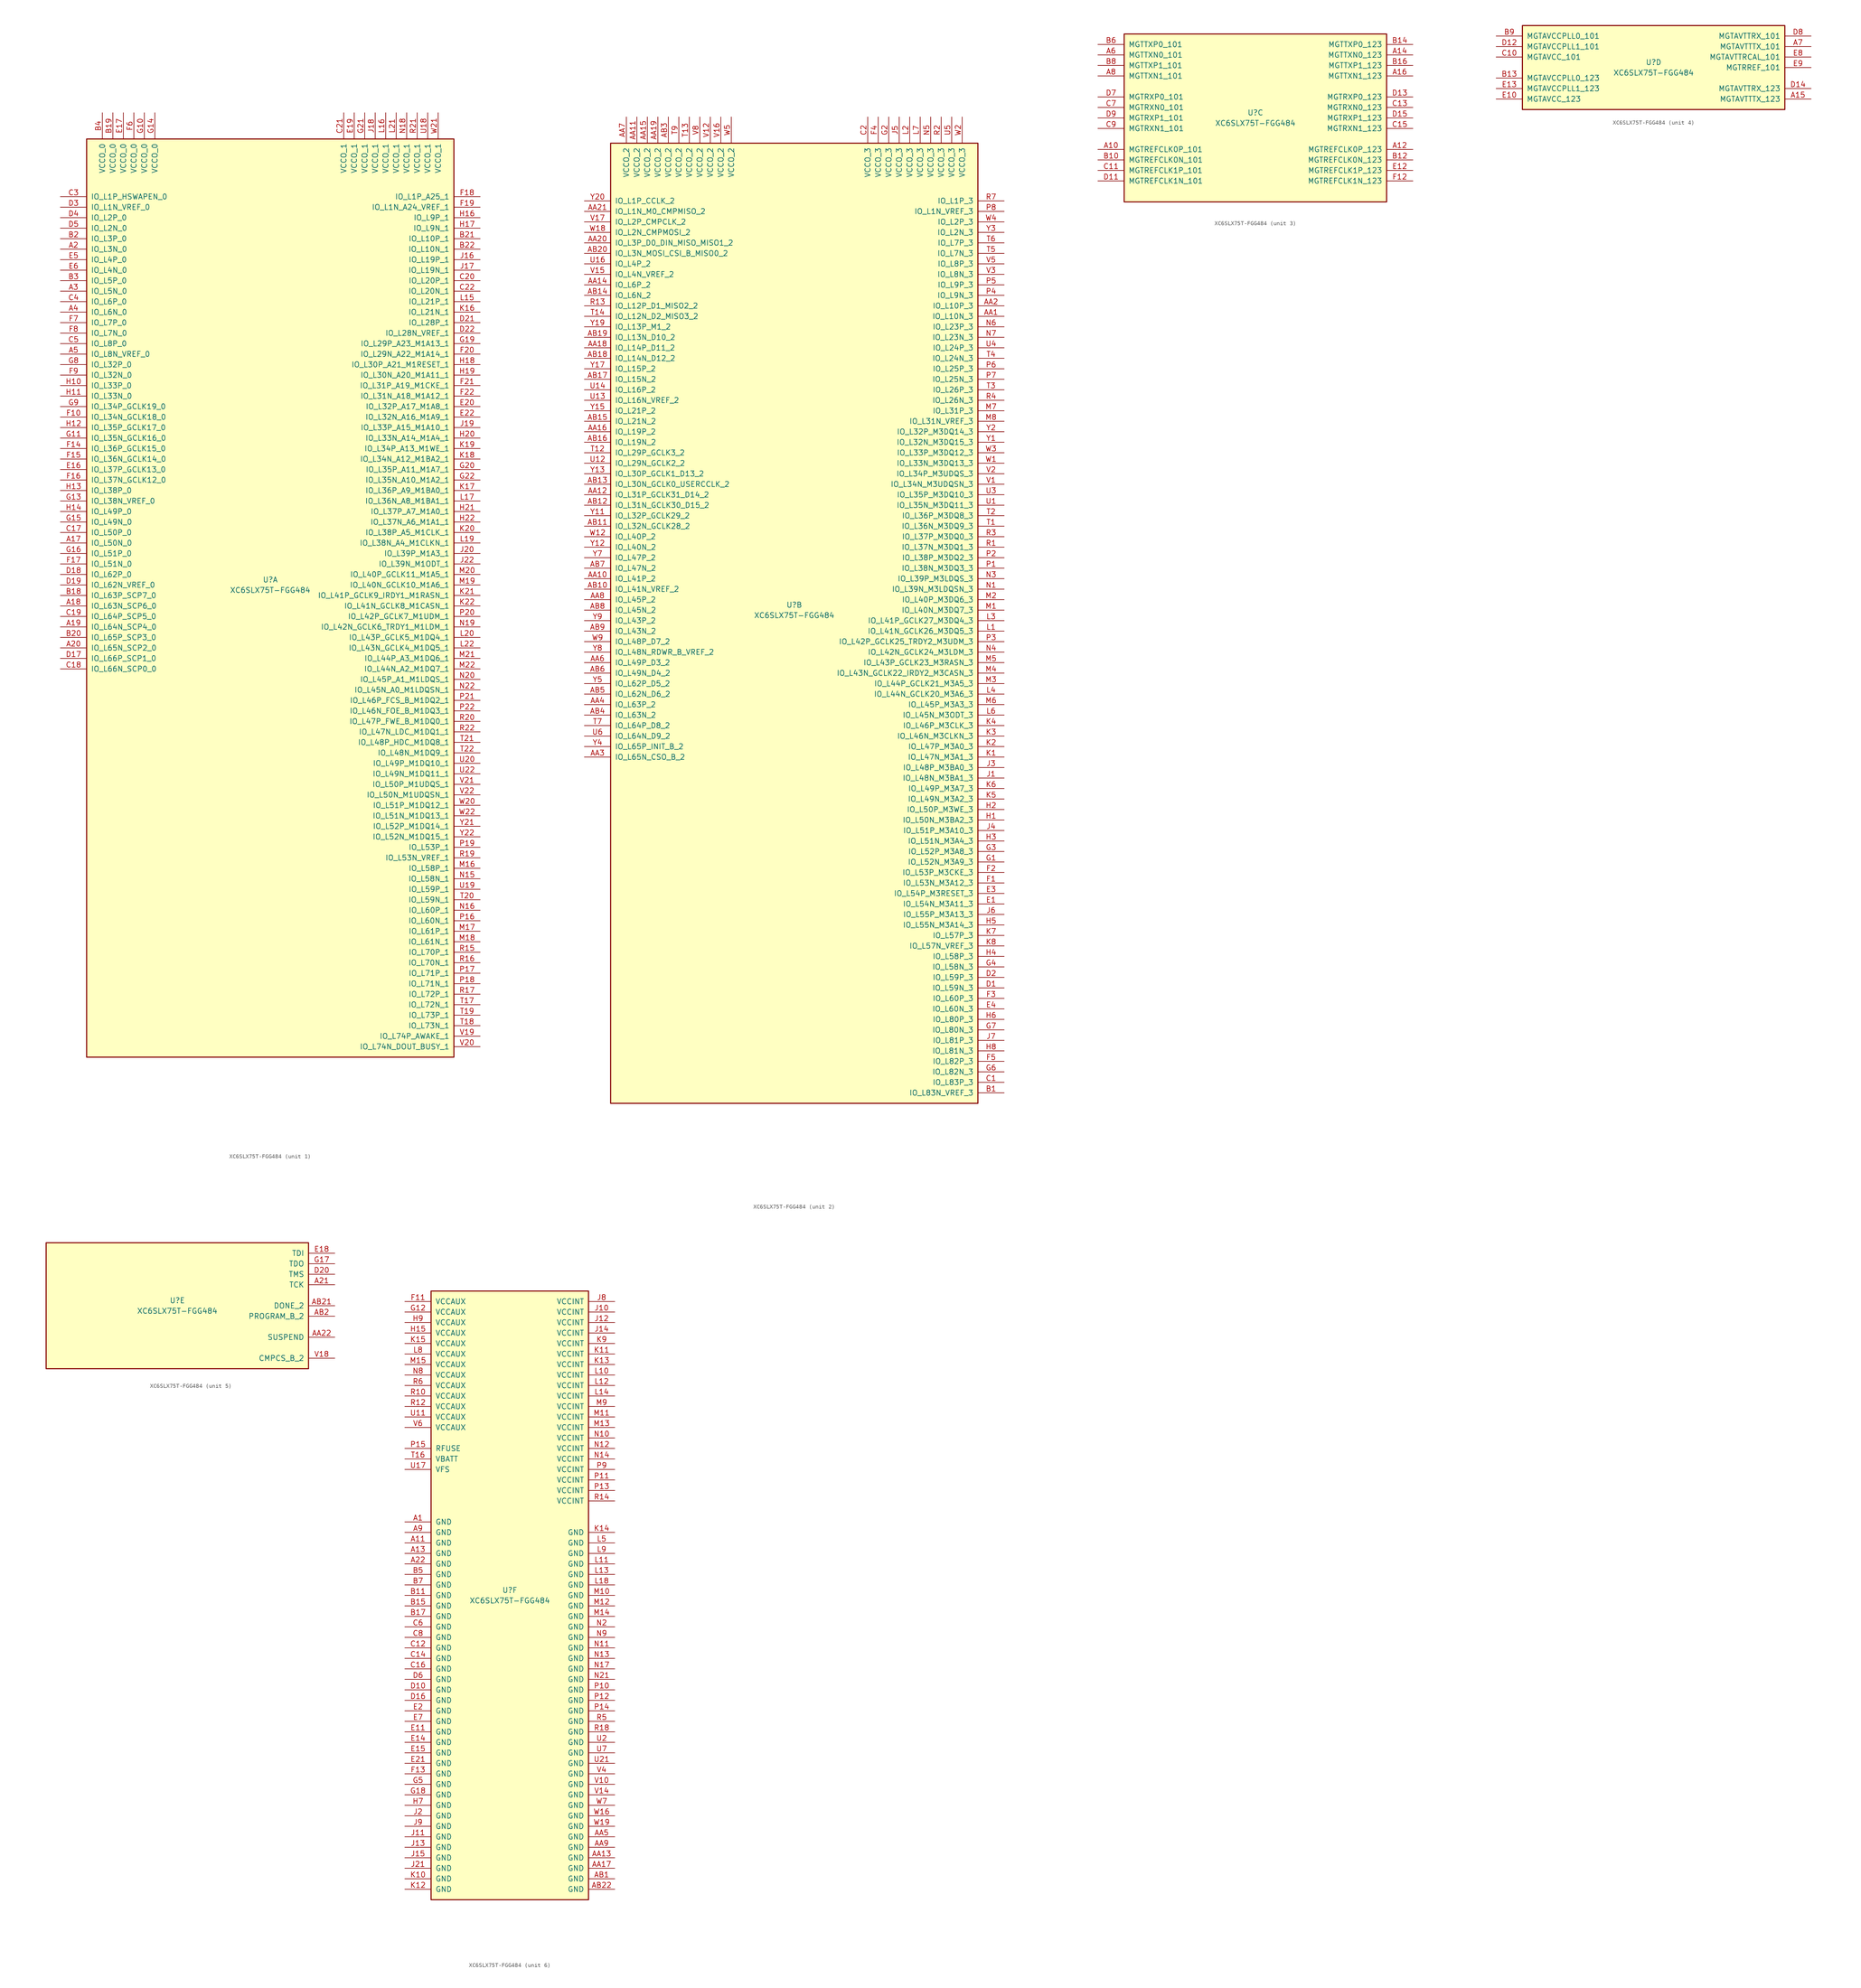
<source format=kicad_sym>
(kicad_symbol_lib
  (version 20201005)
  (generator kicad_symbol_editor)
  (symbol "XC6SLX75T-FGG484"
    (pin_names
      (offset 1.016))
    (property "Reference" "U"
      (at 0 1.27 0)
      (effects (font (size 1.27 1.27))))
    (property "Value" "XC6SLX75T-FGG484"
      (at 0 -1.27 0)
      (effects (font (size 1.27 1.27))))
    (property "Datasheet" ""
      (at 0 0 0)
      (effects (font (size 1.27 1.27))))
    (property "ki_locked" ""
      (at 0 0 0)
      (effects (font (size 1.27 1.27))))
    (symbol "XC6SLX75T-FGG484_1_1"
      (rectangle (start -44.45 107.95) (end 44.45 -114.3) (stroke (width 0.254)) (fill (type background)))
      (pin bidirectional line (at -50.8 10.16 0) (length 6.35) (name "IO_L50N_0" (effects (font (size 1.27 1.27)))) (number "A17" (effects (font (size 1.27 1.27)))))
      (pin bidirectional line (at -50.8 -5.08 0) (length 6.35) (name "IO_L63N_SCP6_0" (effects (font (size 1.27 1.27)))) (number "A18" (effects (font (size 1.27 1.27)))))
      (pin bidirectional line (at -50.8 -10.16 0) (length 6.35) (name "IO_L64N_SCP4_0" (effects (font (size 1.27 1.27)))) (number "A19" (effects (font (size 1.27 1.27)))))
      (pin bidirectional line (at -50.8 81.28 0) (length 6.35) (name "IO_L3N_0" (effects (font (size 1.27 1.27)))) (number "A2" (effects (font (size 1.27 1.27)))))
      (pin bidirectional line (at -50.8 -15.24 0) (length 6.35) (name "IO_L65N_SCP2_0" (effects (font (size 1.27 1.27)))) (number "A20" (effects (font (size 1.27 1.27)))))
      (pin bidirectional line (at -50.8 71.12 0) (length 6.35) (name "IO_L5N_0" (effects (font (size 1.27 1.27)))) (number "A3" (effects (font (size 1.27 1.27)))))
      (pin bidirectional line (at -50.8 66.04 0) (length 6.35) (name "IO_L6N_0" (effects (font (size 1.27 1.27)))) (number "A4" (effects (font (size 1.27 1.27)))))
      (pin bidirectional line (at -50.8 55.88 0) (length 6.35) (name "IO_L8N_VREF_0" (effects (font (size 1.27 1.27)))) (number "A5" (effects (font (size 1.27 1.27)))))
      (pin bidirectional line (at -50.8 -2.54 0) (length 6.35) (name "IO_L63P_SCP7_0" (effects (font (size 1.27 1.27)))) (number "B18" (effects (font (size 1.27 1.27)))))
      (pin power_in line (at -38.1 114.3 270) (length 6.35) (name "VCCO_0" (effects (font (size 1.27 1.27)))) (number "B19" (effects (font (size 1.27 1.27)))))
      (pin bidirectional line (at -50.8 83.82 0) (length 6.35) (name "IO_L3P_0" (effects (font (size 1.27 1.27)))) (number "B2" (effects (font (size 1.27 1.27)))))
      (pin bidirectional line (at -50.8 -12.7 0) (length 6.35) (name "IO_L65P_SCP3_0" (effects (font (size 1.27 1.27)))) (number "B20" (effects (font (size 1.27 1.27)))))
      (pin bidirectional line (at 50.8 83.82 180) (length 6.35) (name "IO_L10P_1" (effects (font (size 1.27 1.27)))) (number "B21" (effects (font (size 1.27 1.27)))))
      (pin bidirectional line (at 50.8 81.28 180) (length 6.35) (name "IO_L10N_1" (effects (font (size 1.27 1.27)))) (number "B22" (effects (font (size 1.27 1.27)))))
      (pin bidirectional line (at -50.8 73.66 0) (length 6.35) (name "IO_L5P_0" (effects (font (size 1.27 1.27)))) (number "B3" (effects (font (size 1.27 1.27)))))
      (pin power_in line (at -40.64 114.3 270) (length 6.35) (name "VCCO_0" (effects (font (size 1.27 1.27)))) (number "B4" (effects (font (size 1.27 1.27)))))
      (pin bidirectional line (at -50.8 12.7 0) (length 6.35) (name "IO_L50P_0" (effects (font (size 1.27 1.27)))) (number "C17" (effects (font (size 1.27 1.27)))))
      (pin bidirectional line (at -50.8 -20.32 0) (length 6.35) (name "IO_L66N_SCP0_0" (effects (font (size 1.27 1.27)))) (number "C18" (effects (font (size 1.27 1.27)))))
      (pin bidirectional line (at -50.8 -7.62 0) (length 6.35) (name "IO_L64P_SCP5_0" (effects (font (size 1.27 1.27)))) (number "C19" (effects (font (size 1.27 1.27)))))
      (pin bidirectional line (at 50.8 73.66 180) (length 6.35) (name "IO_L20P_1" (effects (font (size 1.27 1.27)))) (number "C20" (effects (font (size 1.27 1.27)))))
      (pin power_in line (at 17.78 114.3 270) (length 6.35) (name "VCCO_1" (effects (font (size 1.27 1.27)))) (number "C21" (effects (font (size 1.27 1.27)))))
      (pin bidirectional line (at 50.8 71.12 180) (length 6.35) (name "IO_L20N_1" (effects (font (size 1.27 1.27)))) (number "C22" (effects (font (size 1.27 1.27)))))
      (pin bidirectional line (at -50.8 93.98 0) (length 6.35) (name "IO_L1P_HSWAPEN_0" (effects (font (size 1.27 1.27)))) (number "C3" (effects (font (size 1.27 1.27)))))
      (pin bidirectional line (at -50.8 68.58 0) (length 6.35) (name "IO_L6P_0" (effects (font (size 1.27 1.27)))) (number "C4" (effects (font (size 1.27 1.27)))))
      (pin bidirectional line (at -50.8 58.42 0) (length 6.35) (name "IO_L8P_0" (effects (font (size 1.27 1.27)))) (number "C5" (effects (font (size 1.27 1.27)))))
      (pin bidirectional line (at -50.8 -17.78 0) (length 6.35) (name "IO_L66P_SCP1_0" (effects (font (size 1.27 1.27)))) (number "D17" (effects (font (size 1.27 1.27)))))
      (pin bidirectional line (at -50.8 2.54 0) (length 6.35) (name "IO_L62P_0" (effects (font (size 1.27 1.27)))) (number "D18" (effects (font (size 1.27 1.27)))))
      (pin bidirectional line (at -50.8 0 0) (length 6.35) (name "IO_L62N_VREF_0" (effects (font (size 1.27 1.27)))) (number "D19" (effects (font (size 1.27 1.27)))))
      (pin bidirectional line (at 50.8 63.5 180) (length 6.35) (name "IO_L28P_1" (effects (font (size 1.27 1.27)))) (number "D21" (effects (font (size 1.27 1.27)))))
      (pin bidirectional line (at 50.8 60.96 180) (length 6.35) (name "IO_L28N_VREF_1" (effects (font (size 1.27 1.27)))) (number "D22" (effects (font (size 1.27 1.27)))))
      (pin bidirectional line (at -50.8 91.44 0) (length 6.35) (name "IO_L1N_VREF_0" (effects (font (size 1.27 1.27)))) (number "D3" (effects (font (size 1.27 1.27)))))
      (pin bidirectional line (at -50.8 88.9 0) (length 6.35) (name "IO_L2P_0" (effects (font (size 1.27 1.27)))) (number "D4" (effects (font (size 1.27 1.27)))))
      (pin bidirectional line (at -50.8 86.36 0) (length 6.35) (name "IO_L2N_0" (effects (font (size 1.27 1.27)))) (number "D5" (effects (font (size 1.27 1.27)))))
      (pin bidirectional line (at -50.8 27.94 0) (length 6.35) (name "IO_L37P_GCLK13_0" (effects (font (size 1.27 1.27)))) (number "E16" (effects (font (size 1.27 1.27)))))
      (pin power_in line (at -35.56 114.3 270) (length 6.35) (name "VCCO_0" (effects (font (size 1.27 1.27)))) (number "E17" (effects (font (size 1.27 1.27)))))
      (pin power_in line (at 20.32 114.3 270) (length 6.35) (name "VCCO_1" (effects (font (size 1.27 1.27)))) (number "E19" (effects (font (size 1.27 1.27)))))
      (pin bidirectional line (at 50.8 43.18 180) (length 6.35) (name "IO_L32P_A17_M1A8_1" (effects (font (size 1.27 1.27)))) (number "E20" (effects (font (size 1.27 1.27)))))
      (pin bidirectional line (at 50.8 40.64 180) (length 6.35) (name "IO_L32N_A16_M1A9_1" (effects (font (size 1.27 1.27)))) (number "E22" (effects (font (size 1.27 1.27)))))
      (pin bidirectional line (at -50.8 78.74 0) (length 6.35) (name "IO_L4P_0" (effects (font (size 1.27 1.27)))) (number "E5" (effects (font (size 1.27 1.27)))))
      (pin bidirectional line (at -50.8 76.2 0) (length 6.35) (name "IO_L4N_0" (effects (font (size 1.27 1.27)))) (number "E6" (effects (font (size 1.27 1.27)))))
      (pin bidirectional line (at -50.8 40.64 0) (length 6.35) (name "IO_L34N_GCLK18_0" (effects (font (size 1.27 1.27)))) (number "F10" (effects (font (size 1.27 1.27)))))
      (pin bidirectional line (at -50.8 33.02 0) (length 6.35) (name "IO_L36P_GCLK15_0" (effects (font (size 1.27 1.27)))) (number "F14" (effects (font (size 1.27 1.27)))))
      (pin bidirectional line (at -50.8 30.48 0) (length 6.35) (name "IO_L36N_GCLK14_0" (effects (font (size 1.27 1.27)))) (number "F15" (effects (font (size 1.27 1.27)))))
      (pin bidirectional line (at -50.8 25.4 0) (length 6.35) (name "IO_L37N_GCLK12_0" (effects (font (size 1.27 1.27)))) (number "F16" (effects (font (size 1.27 1.27)))))
      (pin bidirectional line (at -50.8 5.08 0) (length 6.35) (name "IO_L51N_0" (effects (font (size 1.27 1.27)))) (number "F17" (effects (font (size 1.27 1.27)))))
      (pin bidirectional line (at 50.8 93.98 180) (length 6.35) (name "IO_L1P_A25_1" (effects (font (size 1.27 1.27)))) (number "F18" (effects (font (size 1.27 1.27)))))
      (pin bidirectional line (at 50.8 91.44 180) (length 6.35) (name "IO_L1N_A24_VREF_1" (effects (font (size 1.27 1.27)))) (number "F19" (effects (font (size 1.27 1.27)))))
      (pin bidirectional line (at 50.8 55.88 180) (length 6.35) (name "IO_L29N_A22_M1A14_1" (effects (font (size 1.27 1.27)))) (number "F20" (effects (font (size 1.27 1.27)))))
      (pin bidirectional line (at 50.8 48.26 180) (length 6.35) (name "IO_L31P_A19_M1CKE_1" (effects (font (size 1.27 1.27)))) (number "F21" (effects (font (size 1.27 1.27)))))
      (pin bidirectional line (at 50.8 45.72 180) (length 6.35) (name "IO_L31N_A18_M1A12_1" (effects (font (size 1.27 1.27)))) (number "F22" (effects (font (size 1.27 1.27)))))
      (pin power_in line (at -33.02 114.3 270) (length 6.35) (name "VCCO_0" (effects (font (size 1.27 1.27)))) (number "F6" (effects (font (size 1.27 1.27)))))
      (pin bidirectional line (at -50.8 63.5 0) (length 6.35) (name "IO_L7P_0" (effects (font (size 1.27 1.27)))) (number "F7" (effects (font (size 1.27 1.27)))))
      (pin bidirectional line (at -50.8 60.96 0) (length 6.35) (name "IO_L7N_0" (effects (font (size 1.27 1.27)))) (number "F8" (effects (font (size 1.27 1.27)))))
      (pin bidirectional line (at -50.8 50.8 0) (length 6.35) (name "IO_L32N_0" (effects (font (size 1.27 1.27)))) (number "F9" (effects (font (size 1.27 1.27)))))
      (pin power_in line (at -30.48 114.3 270) (length 6.35) (name "VCCO_0" (effects (font (size 1.27 1.27)))) (number "G10" (effects (font (size 1.27 1.27)))))
      (pin bidirectional line (at -50.8 35.56 0) (length 6.35) (name "IO_L35N_GCLK16_0" (effects (font (size 1.27 1.27)))) (number "G11" (effects (font (size 1.27 1.27)))))
      (pin bidirectional line (at -50.8 20.32 0) (length 6.35) (name "IO_L38N_VREF_0" (effects (font (size 1.27 1.27)))) (number "G13" (effects (font (size 1.27 1.27)))))
      (pin power_in line (at -27.94 114.3 270) (length 6.35) (name "VCCO_0" (effects (font (size 1.27 1.27)))) (number "G14" (effects (font (size 1.27 1.27)))))
      (pin bidirectional line (at -50.8 15.24 0) (length 6.35) (name "IO_L49N_0" (effects (font (size 1.27 1.27)))) (number "G15" (effects (font (size 1.27 1.27)))))
      (pin bidirectional line (at -50.8 7.62 0) (length 6.35) (name "IO_L51P_0" (effects (font (size 1.27 1.27)))) (number "G16" (effects (font (size 1.27 1.27)))))
      (pin bidirectional line (at 50.8 58.42 180) (length 6.35) (name "IO_L29P_A23_M1A13_1" (effects (font (size 1.27 1.27)))) (number "G19" (effects (font (size 1.27 1.27)))))
      (pin bidirectional line (at 50.8 27.94 180) (length 6.35) (name "IO_L35P_A11_M1A7_1" (effects (font (size 1.27 1.27)))) (number "G20" (effects (font (size 1.27 1.27)))))
      (pin power_in line (at 22.86 114.3 270) (length 6.35) (name "VCCO_1" (effects (font (size 1.27 1.27)))) (number "G21" (effects (font (size 1.27 1.27)))))
      (pin bidirectional line (at 50.8 25.4 180) (length 6.35) (name "IO_L35N_A10_M1A2_1" (effects (font (size 1.27 1.27)))) (number "G22" (effects (font (size 1.27 1.27)))))
      (pin bidirectional line (at -50.8 53.34 0) (length 6.35) (name "IO_L32P_0" (effects (font (size 1.27 1.27)))) (number "G8" (effects (font (size 1.27 1.27)))))
      (pin bidirectional line (at -50.8 43.18 0) (length 6.35) (name "IO_L34P_GCLK19_0" (effects (font (size 1.27 1.27)))) (number "G9" (effects (font (size 1.27 1.27)))))
      (pin bidirectional line (at -50.8 48.26 0) (length 6.35) (name "IO_L33P_0" (effects (font (size 1.27 1.27)))) (number "H10" (effects (font (size 1.27 1.27)))))
      (pin bidirectional line (at -50.8 45.72 0) (length 6.35) (name "IO_L33N_0" (effects (font (size 1.27 1.27)))) (number "H11" (effects (font (size 1.27 1.27)))))
      (pin bidirectional line (at -50.8 38.1 0) (length 6.35) (name "IO_L35P_GCLK17_0" (effects (font (size 1.27 1.27)))) (number "H12" (effects (font (size 1.27 1.27)))))
      (pin bidirectional line (at -50.8 22.86 0) (length 6.35) (name "IO_L38P_0" (effects (font (size 1.27 1.27)))) (number "H13" (effects (font (size 1.27 1.27)))))
      (pin bidirectional line (at -50.8 17.78 0) (length 6.35) (name "IO_L49P_0" (effects (font (size 1.27 1.27)))) (number "H14" (effects (font (size 1.27 1.27)))))
      (pin bidirectional line (at 50.8 88.9 180) (length 6.35) (name "IO_L9P_1" (effects (font (size 1.27 1.27)))) (number "H16" (effects (font (size 1.27 1.27)))))
      (pin bidirectional line (at 50.8 86.36 180) (length 6.35) (name "IO_L9N_1" (effects (font (size 1.27 1.27)))) (number "H17" (effects (font (size 1.27 1.27)))))
      (pin bidirectional line (at 50.8 53.34 180) (length 6.35) (name "IO_L30P_A21_M1RESET_1" (effects (font (size 1.27 1.27)))) (number "H18" (effects (font (size 1.27 1.27)))))
      (pin bidirectional line (at 50.8 50.8 180) (length 6.35) (name "IO_L30N_A20_M1A11_1" (effects (font (size 1.27 1.27)))) (number "H19" (effects (font (size 1.27 1.27)))))
      (pin bidirectional line (at 50.8 35.56 180) (length 6.35) (name "IO_L33N_A14_M1A4_1" (effects (font (size 1.27 1.27)))) (number "H20" (effects (font (size 1.27 1.27)))))
      (pin bidirectional line (at 50.8 17.78 180) (length 6.35) (name "IO_L37P_A7_M1A0_1" (effects (font (size 1.27 1.27)))) (number "H21" (effects (font (size 1.27 1.27)))))
      (pin bidirectional line (at 50.8 15.24 180) (length 6.35) (name "IO_L37N_A6_M1A1_1" (effects (font (size 1.27 1.27)))) (number "H22" (effects (font (size 1.27 1.27)))))
      (pin bidirectional line (at 50.8 78.74 180) (length 6.35) (name "IO_L19P_1" (effects (font (size 1.27 1.27)))) (number "J16" (effects (font (size 1.27 1.27)))))
      (pin bidirectional line (at 50.8 76.2 180) (length 6.35) (name "IO_L19N_1" (effects (font (size 1.27 1.27)))) (number "J17" (effects (font (size 1.27 1.27)))))
      (pin power_in line (at 25.4 114.3 270) (length 6.35) (name "VCCO_1" (effects (font (size 1.27 1.27)))) (number "J18" (effects (font (size 1.27 1.27)))))
      (pin bidirectional line (at 50.8 38.1 180) (length 6.35) (name "IO_L33P_A15_M1A10_1" (effects (font (size 1.27 1.27)))) (number "J19" (effects (font (size 1.27 1.27)))))
      (pin bidirectional line (at 50.8 7.62 180) (length 6.35) (name "IO_L39P_M1A3_1" (effects (font (size 1.27 1.27)))) (number "J20" (effects (font (size 1.27 1.27)))))
      (pin bidirectional line (at 50.8 5.08 180) (length 6.35) (name "IO_L39N_M1ODT_1" (effects (font (size 1.27 1.27)))) (number "J22" (effects (font (size 1.27 1.27)))))
      (pin bidirectional line (at 50.8 66.04 180) (length 6.35) (name "IO_L21N_1" (effects (font (size 1.27 1.27)))) (number "K16" (effects (font (size 1.27 1.27)))))
      (pin bidirectional line (at 50.8 22.86 180) (length 6.35) (name "IO_L36P_A9_M1BA0_1" (effects (font (size 1.27 1.27)))) (number "K17" (effects (font (size 1.27 1.27)))))
      (pin bidirectional line (at 50.8 30.48 180) (length 6.35) (name "IO_L34N_A12_M1BA2_1" (effects (font (size 1.27 1.27)))) (number "K18" (effects (font (size 1.27 1.27)))))
      (pin bidirectional line (at 50.8 33.02 180) (length 6.35) (name "IO_L34P_A13_M1WE_1" (effects (font (size 1.27 1.27)))) (number "K19" (effects (font (size 1.27 1.27)))))
      (pin bidirectional line (at 50.8 12.7 180) (length 6.35) (name "IO_L38P_A5_M1CLK_1" (effects (font (size 1.27 1.27)))) (number "K20" (effects (font (size 1.27 1.27)))))
      (pin bidirectional line (at 50.8 -2.54 180) (length 6.35) (name "IO_L41P_GCLK9_IRDY1_M1RASN_1" (effects (font (size 1.27 1.27)))) (number "K21" (effects (font (size 1.27 1.27)))))
      (pin bidirectional line (at 50.8 -5.08 180) (length 6.35) (name "IO_L41N_GCLK8_M1CASN_1" (effects (font (size 1.27 1.27)))) (number "K22" (effects (font (size 1.27 1.27)))))
      (pin bidirectional line (at 50.8 68.58 180) (length 6.35) (name "IO_L21P_1" (effects (font (size 1.27 1.27)))) (number "L15" (effects (font (size 1.27 1.27)))))
      (pin power_in line (at 27.94 114.3 270) (length 6.35) (name "VCCO_1" (effects (font (size 1.27 1.27)))) (number "L16" (effects (font (size 1.27 1.27)))))
      (pin bidirectional line (at 50.8 20.32 180) (length 6.35) (name "IO_L36N_A8_M1BA1_1" (effects (font (size 1.27 1.27)))) (number "L17" (effects (font (size 1.27 1.27)))))
      (pin bidirectional line (at 50.8 10.16 180) (length 6.35) (name "IO_L38N_A4_M1CLKN_1" (effects (font (size 1.27 1.27)))) (number "L19" (effects (font (size 1.27 1.27)))))
      (pin bidirectional line (at 50.8 -12.7 180) (length 6.35) (name "IO_L43P_GCLK5_M1DQ4_1" (effects (font (size 1.27 1.27)))) (number "L20" (effects (font (size 1.27 1.27)))))
      (pin power_in line (at 30.48 114.3 270) (length 6.35) (name "VCCO_1" (effects (font (size 1.27 1.27)))) (number "L21" (effects (font (size 1.27 1.27)))))
      (pin bidirectional line (at 50.8 -15.24 180) (length 6.35) (name "IO_L43N_GCLK4_M1DQ5_1" (effects (font (size 1.27 1.27)))) (number "L22" (effects (font (size 1.27 1.27)))))
      (pin bidirectional line (at 50.8 -68.58 180) (length 6.35) (name "IO_L58P_1" (effects (font (size 1.27 1.27)))) (number "M16" (effects (font (size 1.27 1.27)))))
      (pin bidirectional line (at 50.8 -83.82 180) (length 6.35) (name "IO_L61P_1" (effects (font (size 1.27 1.27)))) (number "M17" (effects (font (size 1.27 1.27)))))
      (pin bidirectional line (at 50.8 -86.36 180) (length 6.35) (name "IO_L61N_1" (effects (font (size 1.27 1.27)))) (number "M18" (effects (font (size 1.27 1.27)))))
      (pin bidirectional line (at 50.8 0 180) (length 6.35) (name "IO_L40N_GCLK10_M1A6_1" (effects (font (size 1.27 1.27)))) (number "M19" (effects (font (size 1.27 1.27)))))
      (pin bidirectional line (at 50.8 2.54 180) (length 6.35) (name "IO_L40P_GCLK11_M1A5_1" (effects (font (size 1.27 1.27)))) (number "M20" (effects (font (size 1.27 1.27)))))
      (pin bidirectional line (at 50.8 -17.78 180) (length 6.35) (name "IO_L44P_A3_M1DQ6_1" (effects (font (size 1.27 1.27)))) (number "M21" (effects (font (size 1.27 1.27)))))
      (pin bidirectional line (at 50.8 -20.32 180) (length 6.35) (name "IO_L44N_A2_M1DQ7_1" (effects (font (size 1.27 1.27)))) (number "M22" (effects (font (size 1.27 1.27)))))
      (pin bidirectional line (at 50.8 -71.12 180) (length 6.35) (name "IO_L58N_1" (effects (font (size 1.27 1.27)))) (number "N15" (effects (font (size 1.27 1.27)))))
      (pin bidirectional line (at 50.8 -78.74 180) (length 6.35) (name "IO_L60P_1" (effects (font (size 1.27 1.27)))) (number "N16" (effects (font (size 1.27 1.27)))))
      (pin power_in line (at 33.02 114.3 270) (length 6.35) (name "VCCO_1" (effects (font (size 1.27 1.27)))) (number "N18" (effects (font (size 1.27 1.27)))))
      (pin bidirectional line (at 50.8 -10.16 180) (length 6.35) (name "IO_L42N_GCLK6_TRDY1_M1LDM_1" (effects (font (size 1.27 1.27)))) (number "N19" (effects (font (size 1.27 1.27)))))
      (pin bidirectional line (at 50.8 -22.86 180) (length 6.35) (name "IO_L45P_A1_M1LDQS_1" (effects (font (size 1.27 1.27)))) (number "N20" (effects (font (size 1.27 1.27)))))
      (pin bidirectional line (at 50.8 -25.4 180) (length 6.35) (name "IO_L45N_A0_M1LDQSN_1" (effects (font (size 1.27 1.27)))) (number "N22" (effects (font (size 1.27 1.27)))))
      (pin bidirectional line (at 50.8 -81.28 180) (length 6.35) (name "IO_L60N_1" (effects (font (size 1.27 1.27)))) (number "P16" (effects (font (size 1.27 1.27)))))
      (pin bidirectional line (at 50.8 -93.98 180) (length 6.35) (name "IO_L71P_1" (effects (font (size 1.27 1.27)))) (number "P17" (effects (font (size 1.27 1.27)))))
      (pin bidirectional line (at 50.8 -96.52 180) (length 6.35) (name "IO_L71N_1" (effects (font (size 1.27 1.27)))) (number "P18" (effects (font (size 1.27 1.27)))))
      (pin bidirectional line (at 50.8 -63.5 180) (length 6.35) (name "IO_L53P_1" (effects (font (size 1.27 1.27)))) (number "P19" (effects (font (size 1.27 1.27)))))
      (pin bidirectional line (at 50.8 -7.62 180) (length 6.35) (name "IO_L42P_GCLK7_M1UDM_1" (effects (font (size 1.27 1.27)))) (number "P20" (effects (font (size 1.27 1.27)))))
      (pin bidirectional line (at 50.8 -27.94 180) (length 6.35) (name "IO_L46P_FCS_B_M1DQ2_1" (effects (font (size 1.27 1.27)))) (number "P21" (effects (font (size 1.27 1.27)))))
      (pin bidirectional line (at 50.8 -30.48 180) (length 6.35) (name "IO_L46N_FOE_B_M1DQ3_1" (effects (font (size 1.27 1.27)))) (number "P22" (effects (font (size 1.27 1.27)))))
      (pin bidirectional line (at 50.8 -88.9 180) (length 6.35) (name "IO_L70P_1" (effects (font (size 1.27 1.27)))) (number "R15" (effects (font (size 1.27 1.27)))))
      (pin bidirectional line (at 50.8 -91.44 180) (length 6.35) (name "IO_L70N_1" (effects (font (size 1.27 1.27)))) (number "R16" (effects (font (size 1.27 1.27)))))
      (pin bidirectional line (at 50.8 -99.06 180) (length 6.35) (name "IO_L72P_1" (effects (font (size 1.27 1.27)))) (number "R17" (effects (font (size 1.27 1.27)))))
      (pin bidirectional line (at 50.8 -66.04 180) (length 6.35) (name "IO_L53N_VREF_1" (effects (font (size 1.27 1.27)))) (number "R19" (effects (font (size 1.27 1.27)))))
      (pin bidirectional line (at 50.8 -33.02 180) (length 6.35) (name "IO_L47P_FWE_B_M1DQ0_1" (effects (font (size 1.27 1.27)))) (number "R20" (effects (font (size 1.27 1.27)))))
      (pin power_in line (at 35.56 114.3 270) (length 6.35) (name "VCCO_1" (effects (font (size 1.27 1.27)))) (number "R21" (effects (font (size 1.27 1.27)))))
      (pin bidirectional line (at 50.8 -35.56 180) (length 6.35) (name "IO_L47N_LDC_M1DQ1_1" (effects (font (size 1.27 1.27)))) (number "R22" (effects (font (size 1.27 1.27)))))
      (pin bidirectional line (at 50.8 -101.6 180) (length 6.35) (name "IO_L72N_1" (effects (font (size 1.27 1.27)))) (number "T17" (effects (font (size 1.27 1.27)))))
      (pin bidirectional line (at 50.8 -106.68 180) (length 6.35) (name "IO_L73N_1" (effects (font (size 1.27 1.27)))) (number "T18" (effects (font (size 1.27 1.27)))))
      (pin bidirectional line (at 50.8 -104.14 180) (length 6.35) (name "IO_L73P_1" (effects (font (size 1.27 1.27)))) (number "T19" (effects (font (size 1.27 1.27)))))
      (pin bidirectional line (at 50.8 -76.2 180) (length 6.35) (name "IO_L59N_1" (effects (font (size 1.27 1.27)))) (number "T20" (effects (font (size 1.27 1.27)))))
      (pin bidirectional line (at 50.8 -38.1 180) (length 6.35) (name "IO_L48P_HDC_M1DQ8_1" (effects (font (size 1.27 1.27)))) (number "T21" (effects (font (size 1.27 1.27)))))
      (pin bidirectional line (at 50.8 -40.64 180) (length 6.35) (name "IO_L48N_M1DQ9_1" (effects (font (size 1.27 1.27)))) (number "T22" (effects (font (size 1.27 1.27)))))
      (pin power_in line (at 38.1 114.3 270) (length 6.35) (name "VCCO_1" (effects (font (size 1.27 1.27)))) (number "U18" (effects (font (size 1.27 1.27)))))
      (pin bidirectional line (at 50.8 -73.66 180) (length 6.35) (name "IO_L59P_1" (effects (font (size 1.27 1.27)))) (number "U19" (effects (font (size 1.27 1.27)))))
      (pin bidirectional line (at 50.8 -43.18 180) (length 6.35) (name "IO_L49P_M1DQ10_1" (effects (font (size 1.27 1.27)))) (number "U20" (effects (font (size 1.27 1.27)))))
      (pin bidirectional line (at 50.8 -45.72 180) (length 6.35) (name "IO_L49N_M1DQ11_1" (effects (font (size 1.27 1.27)))) (number "U22" (effects (font (size 1.27 1.27)))))
      (pin bidirectional line (at 50.8 -109.22 180) (length 6.35) (name "IO_L74P_AWAKE_1" (effects (font (size 1.27 1.27)))) (number "V19" (effects (font (size 1.27 1.27)))))
      (pin bidirectional line (at 50.8 -111.76 180) (length 6.35) (name "IO_L74N_DOUT_BUSY_1" (effects (font (size 1.27 1.27)))) (number "V20" (effects (font (size 1.27 1.27)))))
      (pin bidirectional line (at 50.8 -48.26 180) (length 6.35) (name "IO_L50P_M1UDQS_1" (effects (font (size 1.27 1.27)))) (number "V21" (effects (font (size 1.27 1.27)))))
      (pin bidirectional line (at 50.8 -50.8 180) (length 6.35) (name "IO_L50N_M1UDQSN_1" (effects (font (size 1.27 1.27)))) (number "V22" (effects (font (size 1.27 1.27)))))
      (pin bidirectional line (at 50.8 -53.34 180) (length 6.35) (name "IO_L51P_M1DQ12_1" (effects (font (size 1.27 1.27)))) (number "W20" (effects (font (size 1.27 1.27)))))
      (pin power_in line (at 40.64 114.3 270) (length 6.35) (name "VCCO_1" (effects (font (size 1.27 1.27)))) (number "W21" (effects (font (size 1.27 1.27)))))
      (pin bidirectional line (at 50.8 -55.88 180) (length 6.35) (name "IO_L51N_M1DQ13_1" (effects (font (size 1.27 1.27)))) (number "W22" (effects (font (size 1.27 1.27)))))
      (pin bidirectional line (at 50.8 -58.42 180) (length 6.35) (name "IO_L52P_M1DQ14_1" (effects (font (size 1.27 1.27)))) (number "Y21" (effects (font (size 1.27 1.27)))))
      (pin bidirectional line (at 50.8 -60.96 180) (length 6.35) (name "IO_L52N_M1DQ15_1" (effects (font (size 1.27 1.27)))) (number "Y22" (effects (font (size 1.27 1.27))))))
    (symbol "XC6SLX75T-FGG484_2_1"
      (rectangle (start -44.45 113.03) (end 44.45 -119.38) (stroke (width 0.254)) (fill (type background)))
      (pin bidirectional line (at 50.8 71.12 180) (length 6.35) (name "IO_L10N_3" (effects (font (size 1.27 1.27)))) (number "AA1" (effects (font (size 1.27 1.27)))))
      (pin bidirectional line (at -50.8 7.62 0) (length 6.35) (name "IO_L41P_2" (effects (font (size 1.27 1.27)))) (number "AA10" (effects (font (size 1.27 1.27)))))
      (pin power_in line (at -38.1 119.38 270) (length 6.35) (name "VCCO_2" (effects (font (size 1.27 1.27)))) (number "AA11" (effects (font (size 1.27 1.27)))))
      (pin bidirectional line (at -50.8 27.94 0) (length 6.35) (name "IO_L31P_GCLK31_D14_2" (effects (font (size 1.27 1.27)))) (number "AA12" (effects (font (size 1.27 1.27)))))
      (pin bidirectional line (at -50.8 78.74 0) (length 6.35) (name "IO_L6P_2" (effects (font (size 1.27 1.27)))) (number "AA14" (effects (font (size 1.27 1.27)))))
      (pin power_in line (at -35.56 119.38 270) (length 6.35) (name "VCCO_2" (effects (font (size 1.27 1.27)))) (number "AA15" (effects (font (size 1.27 1.27)))))
      (pin bidirectional line (at -50.8 43.18 0) (length 6.35) (name "IO_L19P_2" (effects (font (size 1.27 1.27)))) (number "AA16" (effects (font (size 1.27 1.27)))))
      (pin bidirectional line (at -50.8 63.5 0) (length 6.35) (name "IO_L14P_D11_2" (effects (font (size 1.27 1.27)))) (number "AA18" (effects (font (size 1.27 1.27)))))
      (pin power_in line (at -33.02 119.38 270) (length 6.35) (name "VCCO_2" (effects (font (size 1.27 1.27)))) (number "AA19" (effects (font (size 1.27 1.27)))))
      (pin bidirectional line (at 50.8 73.66 180) (length 6.35) (name "IO_L10P_3" (effects (font (size 1.27 1.27)))) (number "AA2" (effects (font (size 1.27 1.27)))))
      (pin bidirectional line (at -50.8 88.9 0) (length 6.35) (name "IO_L3P_D0_DIN_MISO_MISO1_2" (effects (font (size 1.27 1.27)))) (number "AA20" (effects (font (size 1.27 1.27)))))
      (pin bidirectional line (at -50.8 96.52 0) (length 6.35) (name "IO_L1N_M0_CMPMISO_2" (effects (font (size 1.27 1.27)))) (number "AA21" (effects (font (size 1.27 1.27)))))
      (pin bidirectional line (at -50.8 -35.56 0) (length 6.35) (name "IO_L65N_CSO_B_2" (effects (font (size 1.27 1.27)))) (number "AA3" (effects (font (size 1.27 1.27)))))
      (pin bidirectional line (at -50.8 -22.86 0) (length 6.35) (name "IO_L63P_2" (effects (font (size 1.27 1.27)))) (number "AA4" (effects (font (size 1.27 1.27)))))
      (pin bidirectional line (at -50.8 -12.7 0) (length 6.35) (name "IO_L49P_D3_2" (effects (font (size 1.27 1.27)))) (number "AA6" (effects (font (size 1.27 1.27)))))
      (pin power_in line (at -40.64 119.38 270) (length 6.35) (name "VCCO_2" (effects (font (size 1.27 1.27)))) (number "AA7" (effects (font (size 1.27 1.27)))))
      (pin bidirectional line (at -50.8 2.54 0) (length 6.35) (name "IO_L45P_2" (effects (font (size 1.27 1.27)))) (number "AA8" (effects (font (size 1.27 1.27)))))
      (pin bidirectional line (at -50.8 5.08 0) (length 6.35) (name "IO_L41N_VREF_2" (effects (font (size 1.27 1.27)))) (number "AB10" (effects (font (size 1.27 1.27)))))
      (pin bidirectional line (at -50.8 20.32 0) (length 6.35) (name "IO_L32N_GCLK28_2" (effects (font (size 1.27 1.27)))) (number "AB11" (effects (font (size 1.27 1.27)))))
      (pin bidirectional line (at -50.8 25.4 0) (length 6.35) (name "IO_L31N_GCLK30_D15_2" (effects (font (size 1.27 1.27)))) (number "AB12" (effects (font (size 1.27 1.27)))))
      (pin bidirectional line (at -50.8 30.48 0) (length 6.35) (name "IO_L30N_GCLK0_USERCCLK_2" (effects (font (size 1.27 1.27)))) (number "AB13" (effects (font (size 1.27 1.27)))))
      (pin bidirectional line (at -50.8 76.2 0) (length 6.35) (name "IO_L6N_2" (effects (font (size 1.27 1.27)))) (number "AB14" (effects (font (size 1.27 1.27)))))
      (pin bidirectional line (at -50.8 45.72 0) (length 6.35) (name "IO_L21N_2" (effects (font (size 1.27 1.27)))) (number "AB15" (effects (font (size 1.27 1.27)))))
      (pin bidirectional line (at -50.8 40.64 0) (length 6.35) (name "IO_L19N_2" (effects (font (size 1.27 1.27)))) (number "AB16" (effects (font (size 1.27 1.27)))))
      (pin bidirectional line (at -50.8 55.88 0) (length 6.35) (name "IO_L15N_2" (effects (font (size 1.27 1.27)))) (number "AB17" (effects (font (size 1.27 1.27)))))
      (pin bidirectional line (at -50.8 60.96 0) (length 6.35) (name "IO_L14N_D12_2" (effects (font (size 1.27 1.27)))) (number "AB18" (effects (font (size 1.27 1.27)))))
      (pin bidirectional line (at -50.8 66.04 0) (length 6.35) (name "IO_L13N_D10_2" (effects (font (size 1.27 1.27)))) (number "AB19" (effects (font (size 1.27 1.27)))))
      (pin bidirectional line (at -50.8 86.36 0) (length 6.35) (name "IO_L3N_MOSI_CSI_B_MISO0_2" (effects (font (size 1.27 1.27)))) (number "AB20" (effects (font (size 1.27 1.27)))))
      (pin power_in line (at -30.48 119.38 270) (length 6.35) (name "VCCO_2" (effects (font (size 1.27 1.27)))) (number "AB3" (effects (font (size 1.27 1.27)))))
      (pin bidirectional line (at -50.8 -25.4 0) (length 6.35) (name "IO_L63N_2" (effects (font (size 1.27 1.27)))) (number "AB4" (effects (font (size 1.27 1.27)))))
      (pin bidirectional line (at -50.8 -20.32 0) (length 6.35) (name "IO_L62N_D6_2" (effects (font (size 1.27 1.27)))) (number "AB5" (effects (font (size 1.27 1.27)))))
      (pin bidirectional line (at -50.8 -15.24 0) (length 6.35) (name "IO_L49N_D4_2" (effects (font (size 1.27 1.27)))) (number "AB6" (effects (font (size 1.27 1.27)))))
      (pin bidirectional line (at -50.8 10.16 0) (length 6.35) (name "IO_L47N_2" (effects (font (size 1.27 1.27)))) (number "AB7" (effects (font (size 1.27 1.27)))))
      (pin bidirectional line (at -50.8 0 0) (length 6.35) (name "IO_L45N_2" (effects (font (size 1.27 1.27)))) (number "AB8" (effects (font (size 1.27 1.27)))))
      (pin bidirectional line (at -50.8 -5.08 0) (length 6.35) (name "IO_L43N_2" (effects (font (size 1.27 1.27)))) (number "AB9" (effects (font (size 1.27 1.27)))))
      (pin bidirectional line (at 50.8 -116.84 180) (length 6.35) (name "IO_L83N_VREF_3" (effects (font (size 1.27 1.27)))) (number "B1" (effects (font (size 1.27 1.27)))))
      (pin bidirectional line (at 50.8 -114.3 180) (length 6.35) (name "IO_L83P_3" (effects (font (size 1.27 1.27)))) (number "C1" (effects (font (size 1.27 1.27)))))
      (pin power_in line (at 17.78 119.38 270) (length 6.35) (name "VCCO_3" (effects (font (size 1.27 1.27)))) (number "C2" (effects (font (size 1.27 1.27)))))
      (pin bidirectional line (at 50.8 -91.44 180) (length 6.35) (name "IO_L59N_3" (effects (font (size 1.27 1.27)))) (number "D1" (effects (font (size 1.27 1.27)))))
      (pin bidirectional line (at 50.8 -88.9 180) (length 6.35) (name "IO_L59P_3" (effects (font (size 1.27 1.27)))) (number "D2" (effects (font (size 1.27 1.27)))))
      (pin bidirectional line (at 50.8 -71.12 180) (length 6.35) (name "IO_L54N_M3A11_3" (effects (font (size 1.27 1.27)))) (number "E1" (effects (font (size 1.27 1.27)))))
      (pin bidirectional line (at 50.8 -68.58 180) (length 6.35) (name "IO_L54P_M3RESET_3" (effects (font (size 1.27 1.27)))) (number "E3" (effects (font (size 1.27 1.27)))))
      (pin bidirectional line (at 50.8 -96.52 180) (length 6.35) (name "IO_L60N_3" (effects (font (size 1.27 1.27)))) (number "E4" (effects (font (size 1.27 1.27)))))
      (pin bidirectional line (at 50.8 -66.04 180) (length 6.35) (name "IO_L53N_M3A12_3" (effects (font (size 1.27 1.27)))) (number "F1" (effects (font (size 1.27 1.27)))))
      (pin bidirectional line (at 50.8 -63.5 180) (length 6.35) (name "IO_L53P_M3CKE_3" (effects (font (size 1.27 1.27)))) (number "F2" (effects (font (size 1.27 1.27)))))
      (pin bidirectional line (at 50.8 -93.98 180) (length 6.35) (name "IO_L60P_3" (effects (font (size 1.27 1.27)))) (number "F3" (effects (font (size 1.27 1.27)))))
      (pin power_in line (at 20.32 119.38 270) (length 6.35) (name "VCCO_3" (effects (font (size 1.27 1.27)))) (number "F4" (effects (font (size 1.27 1.27)))))
      (pin bidirectional line (at 50.8 -109.22 180) (length 6.35) (name "IO_L82P_3" (effects (font (size 1.27 1.27)))) (number "F5" (effects (font (size 1.27 1.27)))))
      (pin bidirectional line (at 50.8 -60.96 180) (length 6.35) (name "IO_L52N_M3A9_3" (effects (font (size 1.27 1.27)))) (number "G1" (effects (font (size 1.27 1.27)))))
      (pin power_in line (at 22.86 119.38 270) (length 6.35) (name "VCCO_3" (effects (font (size 1.27 1.27)))) (number "G2" (effects (font (size 1.27 1.27)))))
      (pin bidirectional line (at 50.8 -58.42 180) (length 6.35) (name "IO_L52P_M3A8_3" (effects (font (size 1.27 1.27)))) (number "G3" (effects (font (size 1.27 1.27)))))
      (pin bidirectional line (at 50.8 -86.36 180) (length 6.35) (name "IO_L58N_3" (effects (font (size 1.27 1.27)))) (number "G4" (effects (font (size 1.27 1.27)))))
      (pin bidirectional line (at 50.8 -111.76 180) (length 6.35) (name "IO_L82N_3" (effects (font (size 1.27 1.27)))) (number "G6" (effects (font (size 1.27 1.27)))))
      (pin bidirectional line (at 50.8 -101.6 180) (length 6.35) (name "IO_L80N_3" (effects (font (size 1.27 1.27)))) (number "G7" (effects (font (size 1.27 1.27)))))
      (pin bidirectional line (at 50.8 -50.8 180) (length 6.35) (name "IO_L50N_M3BA2_3" (effects (font (size 1.27 1.27)))) (number "H1" (effects (font (size 1.27 1.27)))))
      (pin bidirectional line (at 50.8 -48.26 180) (length 6.35) (name "IO_L50P_M3WE_3" (effects (font (size 1.27 1.27)))) (number "H2" (effects (font (size 1.27 1.27)))))
      (pin bidirectional line (at 50.8 -55.88 180) (length 6.35) (name "IO_L51N_M3A4_3" (effects (font (size 1.27 1.27)))) (number "H3" (effects (font (size 1.27 1.27)))))
      (pin bidirectional line (at 50.8 -83.82 180) (length 6.35) (name "IO_L58P_3" (effects (font (size 1.27 1.27)))) (number "H4" (effects (font (size 1.27 1.27)))))
      (pin bidirectional line (at 50.8 -76.2 180) (length 6.35) (name "IO_L55N_M3A14_3" (effects (font (size 1.27 1.27)))) (number "H5" (effects (font (size 1.27 1.27)))))
      (pin bidirectional line (at 50.8 -99.06 180) (length 6.35) (name "IO_L80P_3" (effects (font (size 1.27 1.27)))) (number "H6" (effects (font (size 1.27 1.27)))))
      (pin bidirectional line (at 50.8 -106.68 180) (length 6.35) (name "IO_L81N_3" (effects (font (size 1.27 1.27)))) (number "H8" (effects (font (size 1.27 1.27)))))
      (pin bidirectional line (at 50.8 -40.64 180) (length 6.35) (name "IO_L48N_M3BA1_3" (effects (font (size 1.27 1.27)))) (number "J1" (effects (font (size 1.27 1.27)))))
      (pin bidirectional line (at 50.8 -38.1 180) (length 6.35) (name "IO_L48P_M3BA0_3" (effects (font (size 1.27 1.27)))) (number "J3" (effects (font (size 1.27 1.27)))))
      (pin bidirectional line (at 50.8 -53.34 180) (length 6.35) (name "IO_L51P_M3A10_3" (effects (font (size 1.27 1.27)))) (number "J4" (effects (font (size 1.27 1.27)))))
      (pin power_in line (at 25.4 119.38 270) (length 6.35) (name "VCCO_3" (effects (font (size 1.27 1.27)))) (number "J5" (effects (font (size 1.27 1.27)))))
      (pin bidirectional line (at 50.8 -73.66 180) (length 6.35) (name "IO_L55P_M3A13_3" (effects (font (size 1.27 1.27)))) (number "J6" (effects (font (size 1.27 1.27)))))
      (pin bidirectional line (at 50.8 -104.14 180) (length 6.35) (name "IO_L81P_3" (effects (font (size 1.27 1.27)))) (number "J7" (effects (font (size 1.27 1.27)))))
      (pin bidirectional line (at 50.8 -35.56 180) (length 6.35) (name "IO_L47N_M3A1_3" (effects (font (size 1.27 1.27)))) (number "K1" (effects (font (size 1.27 1.27)))))
      (pin bidirectional line (at 50.8 -33.02 180) (length 6.35) (name "IO_L47P_M3A0_3" (effects (font (size 1.27 1.27)))) (number "K2" (effects (font (size 1.27 1.27)))))
      (pin bidirectional line (at 50.8 -30.48 180) (length 6.35) (name "IO_L46N_M3CLKN_3" (effects (font (size 1.27 1.27)))) (number "K3" (effects (font (size 1.27 1.27)))))
      (pin bidirectional line (at 50.8 -27.94 180) (length 6.35) (name "IO_L46P_M3CLK_3" (effects (font (size 1.27 1.27)))) (number "K4" (effects (font (size 1.27 1.27)))))
      (pin bidirectional line (at 50.8 -45.72 180) (length 6.35) (name "IO_L49N_M3A2_3" (effects (font (size 1.27 1.27)))) (number "K5" (effects (font (size 1.27 1.27)))))
      (pin bidirectional line (at 50.8 -43.18 180) (length 6.35) (name "IO_L49P_M3A7_3" (effects (font (size 1.27 1.27)))) (number "K6" (effects (font (size 1.27 1.27)))))
      (pin bidirectional line (at 50.8 -78.74 180) (length 6.35) (name "IO_L57P_3" (effects (font (size 1.27 1.27)))) (number "K7" (effects (font (size 1.27 1.27)))))
      (pin bidirectional line (at 50.8 -81.28 180) (length 6.35) (name "IO_L57N_VREF_3" (effects (font (size 1.27 1.27)))) (number "K8" (effects (font (size 1.27 1.27)))))
      (pin bidirectional line (at 50.8 -5.08 180) (length 6.35) (name "IO_L41N_GCLK26_M3DQ5_3" (effects (font (size 1.27 1.27)))) (number "L1" (effects (font (size 1.27 1.27)))))
      (pin power_in line (at 27.94 119.38 270) (length 6.35) (name "VCCO_3" (effects (font (size 1.27 1.27)))) (number "L2" (effects (font (size 1.27 1.27)))))
      (pin bidirectional line (at 50.8 -2.54 180) (length 6.35) (name "IO_L41P_GCLK27_M3DQ4_3" (effects (font (size 1.27 1.27)))) (number "L3" (effects (font (size 1.27 1.27)))))
      (pin bidirectional line (at 50.8 -20.32 180) (length 6.35) (name "IO_L44N_GCLK20_M3A6_3" (effects (font (size 1.27 1.27)))) (number "L4" (effects (font (size 1.27 1.27)))))
      (pin bidirectional line (at 50.8 -25.4 180) (length 6.35) (name "IO_L45N_M3ODT_3" (effects (font (size 1.27 1.27)))) (number "L6" (effects (font (size 1.27 1.27)))))
      (pin power_in line (at 30.48 119.38 270) (length 6.35) (name "VCCO_3" (effects (font (size 1.27 1.27)))) (number "L7" (effects (font (size 1.27 1.27)))))
      (pin bidirectional line (at 50.8 0 180) (length 6.35) (name "IO_L40N_M3DQ7_3" (effects (font (size 1.27 1.27)))) (number "M1" (effects (font (size 1.27 1.27)))))
      (pin bidirectional line (at 50.8 2.54 180) (length 6.35) (name "IO_L40P_M3DQ6_3" (effects (font (size 1.27 1.27)))) (number "M2" (effects (font (size 1.27 1.27)))))
      (pin bidirectional line (at 50.8 -17.78 180) (length 6.35) (name "IO_L44P_GCLK21_M3A5_3" (effects (font (size 1.27 1.27)))) (number "M3" (effects (font (size 1.27 1.27)))))
      (pin bidirectional line (at 50.8 -15.24 180) (length 6.35) (name "IO_L43N_GCLK22_IRDY2_M3CASN_3" (effects (font (size 1.27 1.27)))) (number "M4" (effects (font (size 1.27 1.27)))))
      (pin bidirectional line (at 50.8 -12.7 180) (length 6.35) (name "IO_L43P_GCLK23_M3RASN_3" (effects (font (size 1.27 1.27)))) (number "M5" (effects (font (size 1.27 1.27)))))
      (pin bidirectional line (at 50.8 -22.86 180) (length 6.35) (name "IO_L45P_M3A3_3" (effects (font (size 1.27 1.27)))) (number "M6" (effects (font (size 1.27 1.27)))))
      (pin bidirectional line (at 50.8 48.26 180) (length 6.35) (name "IO_L31P_3" (effects (font (size 1.27 1.27)))) (number "M7" (effects (font (size 1.27 1.27)))))
      (pin bidirectional line (at 50.8 45.72 180) (length 6.35) (name "IO_L31N_VREF_3" (effects (font (size 1.27 1.27)))) (number "M8" (effects (font (size 1.27 1.27)))))
      (pin bidirectional line (at 50.8 5.08 180) (length 6.35) (name "IO_L39N_M3LDQSN_3" (effects (font (size 1.27 1.27)))) (number "N1" (effects (font (size 1.27 1.27)))))
      (pin bidirectional line (at 50.8 7.62 180) (length 6.35) (name "IO_L39P_M3LDQS_3" (effects (font (size 1.27 1.27)))) (number "N3" (effects (font (size 1.27 1.27)))))
      (pin bidirectional line (at 50.8 -10.16 180) (length 6.35) (name "IO_L42N_GCLK24_M3LDM_3" (effects (font (size 1.27 1.27)))) (number "N4" (effects (font (size 1.27 1.27)))))
      (pin power_in line (at 33.02 119.38 270) (length 6.35) (name "VCCO_3" (effects (font (size 1.27 1.27)))) (number "N5" (effects (font (size 1.27 1.27)))))
      (pin bidirectional line (at 50.8 68.58 180) (length 6.35) (name "IO_L23P_3" (effects (font (size 1.27 1.27)))) (number "N6" (effects (font (size 1.27 1.27)))))
      (pin bidirectional line (at 50.8 66.04 180) (length 6.35) (name "IO_L23N_3" (effects (font (size 1.27 1.27)))) (number "N7" (effects (font (size 1.27 1.27)))))
      (pin bidirectional line (at 50.8 10.16 180) (length 6.35) (name "IO_L38N_M3DQ3_3" (effects (font (size 1.27 1.27)))) (number "P1" (effects (font (size 1.27 1.27)))))
      (pin bidirectional line (at 50.8 12.7 180) (length 6.35) (name "IO_L38P_M3DQ2_3" (effects (font (size 1.27 1.27)))) (number "P2" (effects (font (size 1.27 1.27)))))
      (pin bidirectional line (at 50.8 -7.62 180) (length 6.35) (name "IO_L42P_GCLK25_TRDY2_M3UDM_3" (effects (font (size 1.27 1.27)))) (number "P3" (effects (font (size 1.27 1.27)))))
      (pin bidirectional line (at 50.8 76.2 180) (length 6.35) (name "IO_L9N_3" (effects (font (size 1.27 1.27)))) (number "P4" (effects (font (size 1.27 1.27)))))
      (pin bidirectional line (at 50.8 78.74 180) (length 6.35) (name "IO_L9P_3" (effects (font (size 1.27 1.27)))) (number "P5" (effects (font (size 1.27 1.27)))))
      (pin bidirectional line (at 50.8 58.42 180) (length 6.35) (name "IO_L25P_3" (effects (font (size 1.27 1.27)))) (number "P6" (effects (font (size 1.27 1.27)))))
      (pin bidirectional line (at 50.8 55.88 180) (length 6.35) (name "IO_L25N_3" (effects (font (size 1.27 1.27)))) (number "P7" (effects (font (size 1.27 1.27)))))
      (pin bidirectional line (at 50.8 96.52 180) (length 6.35) (name "IO_L1N_VREF_3" (effects (font (size 1.27 1.27)))) (number "P8" (effects (font (size 1.27 1.27)))))
      (pin bidirectional line (at 50.8 15.24 180) (length 6.35) (name "IO_L37N_M3DQ1_3" (effects (font (size 1.27 1.27)))) (number "R1" (effects (font (size 1.27 1.27)))))
      (pin bidirectional line (at -50.8 73.66 0) (length 6.35) (name "IO_L12P_D1_MISO2_2" (effects (font (size 1.27 1.27)))) (number "R13" (effects (font (size 1.27 1.27)))))
      (pin power_in line (at 35.56 119.38 270) (length 6.35) (name "VCCO_3" (effects (font (size 1.27 1.27)))) (number "R2" (effects (font (size 1.27 1.27)))))
      (pin bidirectional line (at 50.8 17.78 180) (length 6.35) (name "IO_L37P_M3DQ0_3" (effects (font (size 1.27 1.27)))) (number "R3" (effects (font (size 1.27 1.27)))))
      (pin bidirectional line (at 50.8 50.8 180) (length 6.35) (name "IO_L26N_3" (effects (font (size 1.27 1.27)))) (number "R4" (effects (font (size 1.27 1.27)))))
      (pin bidirectional line (at 50.8 99.06 180) (length 6.35) (name "IO_L1P_3" (effects (font (size 1.27 1.27)))) (number "R7" (effects (font (size 1.27 1.27)))))
      (pin bidirectional line (at 50.8 20.32 180) (length 6.35) (name "IO_L36N_M3DQ9_3" (effects (font (size 1.27 1.27)))) (number "T1" (effects (font (size 1.27 1.27)))))
      (pin bidirectional line (at -50.8 38.1 0) (length 6.35) (name "IO_L29P_GCLK3_2" (effects (font (size 1.27 1.27)))) (number "T12" (effects (font (size 1.27 1.27)))))
      (pin power_in line (at -25.4 119.38 270) (length 6.35) (name "VCCO_2" (effects (font (size 1.27 1.27)))) (number "T13" (effects (font (size 1.27 1.27)))))
      (pin bidirectional line (at -50.8 71.12 0) (length 6.35) (name "IO_L12N_D2_MISO3_2" (effects (font (size 1.27 1.27)))) (number "T14" (effects (font (size 1.27 1.27)))))
      (pin bidirectional line (at 50.8 22.86 180) (length 6.35) (name "IO_L36P_M3DQ8_3" (effects (font (size 1.27 1.27)))) (number "T2" (effects (font (size 1.27 1.27)))))
      (pin bidirectional line (at 50.8 53.34 180) (length 6.35) (name "IO_L26P_3" (effects (font (size 1.27 1.27)))) (number "T3" (effects (font (size 1.27 1.27)))))
      (pin bidirectional line (at 50.8 60.96 180) (length 6.35) (name "IO_L24N_3" (effects (font (size 1.27 1.27)))) (number "T4" (effects (font (size 1.27 1.27)))))
      (pin bidirectional line (at 50.8 86.36 180) (length 6.35) (name "IO_L7N_3" (effects (font (size 1.27 1.27)))) (number "T5" (effects (font (size 1.27 1.27)))))
      (pin bidirectional line (at 50.8 88.9 180) (length 6.35) (name "IO_L7P_3" (effects (font (size 1.27 1.27)))) (number "T6" (effects (font (size 1.27 1.27)))))
      (pin bidirectional line (at -50.8 -27.94 0) (length 6.35) (name "IO_L64P_D8_2" (effects (font (size 1.27 1.27)))) (number "T7" (effects (font (size 1.27 1.27)))))
      (pin power_in line (at -27.94 119.38 270) (length 6.35) (name "VCCO_2" (effects (font (size 1.27 1.27)))) (number "T9" (effects (font (size 1.27 1.27)))))
      (pin bidirectional line (at 50.8 25.4 180) (length 6.35) (name "IO_L35N_M3DQ11_3" (effects (font (size 1.27 1.27)))) (number "U1" (effects (font (size 1.27 1.27)))))
      (pin bidirectional line (at -50.8 35.56 0) (length 6.35) (name "IO_L29N_GCLK2_2" (effects (font (size 1.27 1.27)))) (number "U12" (effects (font (size 1.27 1.27)))))
      (pin bidirectional line (at -50.8 50.8 0) (length 6.35) (name "IO_L16N_VREF_2" (effects (font (size 1.27 1.27)))) (number "U13" (effects (font (size 1.27 1.27)))))
      (pin bidirectional line (at -50.8 53.34 0) (length 6.35) (name "IO_L16P_2" (effects (font (size 1.27 1.27)))) (number "U14" (effects (font (size 1.27 1.27)))))
      (pin bidirectional line (at -50.8 83.82 0) (length 6.35) (name "IO_L4P_2" (effects (font (size 1.27 1.27)))) (number "U16" (effects (font (size 1.27 1.27)))))
      (pin bidirectional line (at 50.8 27.94 180) (length 6.35) (name "IO_L35P_M3DQ10_3" (effects (font (size 1.27 1.27)))) (number "U3" (effects (font (size 1.27 1.27)))))
      (pin bidirectional line (at 50.8 63.5 180) (length 6.35) (name "IO_L24P_3" (effects (font (size 1.27 1.27)))) (number "U4" (effects (font (size 1.27 1.27)))))
      (pin power_in line (at 38.1 119.38 270) (length 6.35) (name "VCCO_3" (effects (font (size 1.27 1.27)))) (number "U5" (effects (font (size 1.27 1.27)))))
      (pin bidirectional line (at -50.8 -30.48 0) (length 6.35) (name "IO_L64N_D9_2" (effects (font (size 1.27 1.27)))) (number "U6" (effects (font (size 1.27 1.27)))))
      (pin bidirectional line (at 50.8 30.48 180) (length 6.35) (name "IO_L34N_M3UDQSN_3" (effects (font (size 1.27 1.27)))) (number "V1" (effects (font (size 1.27 1.27)))))
      (pin power_in line (at -20.32 119.38 270) (length 6.35) (name "VCCO_2" (effects (font (size 1.27 1.27)))) (number "V12" (effects (font (size 1.27 1.27)))))
      (pin bidirectional line (at -50.8 81.28 0) (length 6.35) (name "IO_L4N_VREF_2" (effects (font (size 1.27 1.27)))) (number "V15" (effects (font (size 1.27 1.27)))))
      (pin power_in line (at -17.78 119.38 270) (length 6.35) (name "VCCO_2" (effects (font (size 1.27 1.27)))) (number "V16" (effects (font (size 1.27 1.27)))))
      (pin bidirectional line (at -50.8 93.98 0) (length 6.35) (name "IO_L2P_CMPCLK_2" (effects (font (size 1.27 1.27)))) (number "V17" (effects (font (size 1.27 1.27)))))
      (pin bidirectional line (at 50.8 33.02 180) (length 6.35) (name "IO_L34P_M3UDQS_3" (effects (font (size 1.27 1.27)))) (number "V2" (effects (font (size 1.27 1.27)))))
      (pin bidirectional line (at 50.8 81.28 180) (length 6.35) (name "IO_L8N_3" (effects (font (size 1.27 1.27)))) (number "V3" (effects (font (size 1.27 1.27)))))
      (pin bidirectional line (at 50.8 83.82 180) (length 6.35) (name "IO_L8P_3" (effects (font (size 1.27 1.27)))) (number "V5" (effects (font (size 1.27 1.27)))))
      (pin power_in line (at -22.86 119.38 270) (length 6.35) (name "VCCO_2" (effects (font (size 1.27 1.27)))) (number "V8" (effects (font (size 1.27 1.27)))))
      (pin bidirectional line (at 50.8 35.56 180) (length 6.35) (name "IO_L33N_M3DQ13_3" (effects (font (size 1.27 1.27)))) (number "W1" (effects (font (size 1.27 1.27)))))
      (pin bidirectional line (at -50.8 17.78 0) (length 6.35) (name "IO_L40P_2" (effects (font (size 1.27 1.27)))) (number "W12" (effects (font (size 1.27 1.27)))))
      (pin bidirectional line (at -50.8 91.44 0) (length 6.35) (name "IO_L2N_CMPMOSI_2" (effects (font (size 1.27 1.27)))) (number "W18" (effects (font (size 1.27 1.27)))))
      (pin power_in line (at 40.64 119.38 270) (length 6.35) (name "VCCO_3" (effects (font (size 1.27 1.27)))) (number "W2" (effects (font (size 1.27 1.27)))))
      (pin bidirectional line (at 50.8 38.1 180) (length 6.35) (name "IO_L33P_M3DQ12_3" (effects (font (size 1.27 1.27)))) (number "W3" (effects (font (size 1.27 1.27)))))
      (pin bidirectional line (at 50.8 93.98 180) (length 6.35) (name "IO_L2P_3" (effects (font (size 1.27 1.27)))) (number "W4" (effects (font (size 1.27 1.27)))))
      (pin power_in line (at -15.24 119.38 270) (length 6.35) (name "VCCO_2" (effects (font (size 1.27 1.27)))) (number "W5" (effects (font (size 1.27 1.27)))))
      (pin bidirectional line (at -50.8 -7.62 0) (length 6.35) (name "IO_L48P_D7_2" (effects (font (size 1.27 1.27)))) (number "W9" (effects (font (size 1.27 1.27)))))
      (pin bidirectional line (at 50.8 40.64 180) (length 6.35) (name "IO_L32N_M3DQ15_3" (effects (font (size 1.27 1.27)))) (number "Y1" (effects (font (size 1.27 1.27)))))
      (pin bidirectional line (at -50.8 22.86 0) (length 6.35) (name "IO_L32P_GCLK29_2" (effects (font (size 1.27 1.27)))) (number "Y11" (effects (font (size 1.27 1.27)))))
      (pin bidirectional line (at -50.8 15.24 0) (length 6.35) (name "IO_L40N_2" (effects (font (size 1.27 1.27)))) (number "Y12" (effects (font (size 1.27 1.27)))))
      (pin bidirectional line (at -50.8 33.02 0) (length 6.35) (name "IO_L30P_GCLK1_D13_2" (effects (font (size 1.27 1.27)))) (number "Y13" (effects (font (size 1.27 1.27)))))
      (pin bidirectional line (at -50.8 48.26 0) (length 6.35) (name "IO_L21P_2" (effects (font (size 1.27 1.27)))) (number "Y15" (effects (font (size 1.27 1.27)))))
      (pin bidirectional line (at -50.8 58.42 0) (length 6.35) (name "IO_L15P_2" (effects (font (size 1.27 1.27)))) (number "Y17" (effects (font (size 1.27 1.27)))))
      (pin bidirectional line (at -50.8 68.58 0) (length 6.35) (name "IO_L13P_M1_2" (effects (font (size 1.27 1.27)))) (number "Y19" (effects (font (size 1.27 1.27)))))
      (pin bidirectional line (at 50.8 43.18 180) (length 6.35) (name "IO_L32P_M3DQ14_3" (effects (font (size 1.27 1.27)))) (number "Y2" (effects (font (size 1.27 1.27)))))
      (pin bidirectional line (at -50.8 99.06 0) (length 6.35) (name "IO_L1P_CCLK_2" (effects (font (size 1.27 1.27)))) (number "Y20" (effects (font (size 1.27 1.27)))))
      (pin bidirectional line (at 50.8 91.44 180) (length 6.35) (name "IO_L2N_3" (effects (font (size 1.27 1.27)))) (number "Y3" (effects (font (size 1.27 1.27)))))
      (pin bidirectional line (at -50.8 -33.02 0) (length 6.35) (name "IO_L65P_INIT_B_2" (effects (font (size 1.27 1.27)))) (number "Y4" (effects (font (size 1.27 1.27)))))
      (pin bidirectional line (at -50.8 -17.78 0) (length 6.35) (name "IO_L62P_D5_2" (effects (font (size 1.27 1.27)))) (number "Y5" (effects (font (size 1.27 1.27)))))
      (pin bidirectional line (at -50.8 12.7 0) (length 6.35) (name "IO_L47P_2" (effects (font (size 1.27 1.27)))) (number "Y7" (effects (font (size 1.27 1.27)))))
      (pin bidirectional line (at -50.8 -10.16 0) (length 6.35) (name "IO_L48N_RDWR_B_VREF_2" (effects (font (size 1.27 1.27)))) (number "Y8" (effects (font (size 1.27 1.27)))))
      (pin bidirectional line (at -50.8 -2.54 0) (length 6.35) (name "IO_L43P_2" (effects (font (size 1.27 1.27)))) (number "Y9" (effects (font (size 1.27 1.27))))))
    (symbol "XC6SLX75T-FGG484_3_1"
      (rectangle (start -31.75 20.32) (end 31.75 -20.32) (stroke (width 0.254)) (fill (type background)))
      (pin bidirectional line (at -38.1 -7.62 0) (length 6.35) (name "MGTREFCLK0P_101" (effects (font (size 1.27 1.27)))) (number "A10" (effects (font (size 1.27 1.27)))))
      (pin bidirectional line (at 38.1 -7.62 180) (length 6.35) (name "MGTREFCLK0P_123" (effects (font (size 1.27 1.27)))) (number "A12" (effects (font (size 1.27 1.27)))))
      (pin bidirectional line (at 38.1 15.24 180) (length 6.35) (name "MGTTXN0_123" (effects (font (size 1.27 1.27)))) (number "A14" (effects (font (size 1.27 1.27)))))
      (pin bidirectional line (at 38.1 10.16 180) (length 6.35) (name "MGTTXN1_123" (effects (font (size 1.27 1.27)))) (number "A16" (effects (font (size 1.27 1.27)))))
      (pin bidirectional line (at -38.1 15.24 0) (length 6.35) (name "MGTTXN0_101" (effects (font (size 1.27 1.27)))) (number "A6" (effects (font (size 1.27 1.27)))))
      (pin bidirectional line (at -38.1 10.16 0) (length 6.35) (name "MGTTXN1_101" (effects (font (size 1.27 1.27)))) (number "A8" (effects (font (size 1.27 1.27)))))
      (pin bidirectional line (at -38.1 -10.16 0) (length 6.35) (name "MGTREFCLK0N_101" (effects (font (size 1.27 1.27)))) (number "B10" (effects (font (size 1.27 1.27)))))
      (pin bidirectional line (at 38.1 -10.16 180) (length 6.35) (name "MGTREFCLK0N_123" (effects (font (size 1.27 1.27)))) (number "B12" (effects (font (size 1.27 1.27)))))
      (pin bidirectional line (at 38.1 17.78 180) (length 6.35) (name "MGTTXP0_123" (effects (font (size 1.27 1.27)))) (number "B14" (effects (font (size 1.27 1.27)))))
      (pin bidirectional line (at 38.1 12.7 180) (length 6.35) (name "MGTTXP1_123" (effects (font (size 1.27 1.27)))) (number "B16" (effects (font (size 1.27 1.27)))))
      (pin bidirectional line (at -38.1 17.78 0) (length 6.35) (name "MGTTXP0_101" (effects (font (size 1.27 1.27)))) (number "B6" (effects (font (size 1.27 1.27)))))
      (pin bidirectional line (at -38.1 12.7 0) (length 6.35) (name "MGTTXP1_101" (effects (font (size 1.27 1.27)))) (number "B8" (effects (font (size 1.27 1.27)))))
      (pin bidirectional line (at -38.1 -12.7 0) (length 6.35) (name "MGTREFCLK1P_101" (effects (font (size 1.27 1.27)))) (number "C11" (effects (font (size 1.27 1.27)))))
      (pin bidirectional line (at 38.1 2.54 180) (length 6.35) (name "MGTRXN0_123" (effects (font (size 1.27 1.27)))) (number "C13" (effects (font (size 1.27 1.27)))))
      (pin bidirectional line (at 38.1 -2.54 180) (length 6.35) (name "MGTRXN1_123" (effects (font (size 1.27 1.27)))) (number "C15" (effects (font (size 1.27 1.27)))))
      (pin bidirectional line (at -38.1 2.54 0) (length 6.35) (name "MGTRXN0_101" (effects (font (size 1.27 1.27)))) (number "C7" (effects (font (size 1.27 1.27)))))
      (pin bidirectional line (at -38.1 -2.54 0) (length 6.35) (name "MGTRXN1_101" (effects (font (size 1.27 1.27)))) (number "C9" (effects (font (size 1.27 1.27)))))
      (pin bidirectional line (at -38.1 -15.24 0) (length 6.35) (name "MGTREFCLK1N_101" (effects (font (size 1.27 1.27)))) (number "D11" (effects (font (size 1.27 1.27)))))
      (pin bidirectional line (at 38.1 5.08 180) (length 6.35) (name "MGTRXP0_123" (effects (font (size 1.27 1.27)))) (number "D13" (effects (font (size 1.27 1.27)))))
      (pin bidirectional line (at 38.1 0 180) (length 6.35) (name "MGTRXP1_123" (effects (font (size 1.27 1.27)))) (number "D15" (effects (font (size 1.27 1.27)))))
      (pin bidirectional line (at -38.1 5.08 0) (length 6.35) (name "MGTRXP0_101" (effects (font (size 1.27 1.27)))) (number "D7" (effects (font (size 1.27 1.27)))))
      (pin bidirectional line (at -38.1 0 0) (length 6.35) (name "MGTRXP1_101" (effects (font (size 1.27 1.27)))) (number "D9" (effects (font (size 1.27 1.27)))))
      (pin bidirectional line (at 38.1 -12.7 180) (length 6.35) (name "MGTREFCLK1P_123" (effects (font (size 1.27 1.27)))) (number "E12" (effects (font (size 1.27 1.27)))))
      (pin bidirectional line (at 38.1 -15.24 180) (length 6.35) (name "MGTREFCLK1N_123" (effects (font (size 1.27 1.27)))) (number "F12" (effects (font (size 1.27 1.27))))))
    (symbol "XC6SLX75T-FGG484_4_1"
      (rectangle (start -31.75 10.16) (end 31.75 -10.16) (stroke (width 0.254)) (fill (type background)))
      (pin power_in line (at 38.1 -7.62 180) (length 6.35) (name "MGTAVTTTX_123" (effects (font (size 1.27 1.27)))) (number "A15" (effects (font (size 1.27 1.27)))))
      (pin power_in line (at 38.1 5.08 180) (length 6.35) (name "MGTAVTTTX_101" (effects (font (size 1.27 1.27)))) (number "A7" (effects (font (size 1.27 1.27)))))
      (pin power_in line (at -38.1 -2.54 0) (length 6.35) (name "MGTAVCCPLL0_123" (effects (font (size 1.27 1.27)))) (number "B13" (effects (font (size 1.27 1.27)))))
      (pin power_in line (at -38.1 7.62 0) (length 6.35) (name "MGTAVCCPLL0_101" (effects (font (size 1.27 1.27)))) (number "B9" (effects (font (size 1.27 1.27)))))
      (pin power_in line (at -38.1 2.54 0) (length 6.35) (name "MGTAVCC_101" (effects (font (size 1.27 1.27)))) (number "C10" (effects (font (size 1.27 1.27)))))
      (pin power_in line (at -38.1 5.08 0) (length 6.35) (name "MGTAVCCPLL1_101" (effects (font (size 1.27 1.27)))) (number "D12" (effects (font (size 1.27 1.27)))))
      (pin power_in line (at 38.1 -5.08 180) (length 6.35) (name "MGTAVTTRX_123" (effects (font (size 1.27 1.27)))) (number "D14" (effects (font (size 1.27 1.27)))))
      (pin power_in line (at 38.1 7.62 180) (length 6.35) (name "MGTAVTTRX_101" (effects (font (size 1.27 1.27)))) (number "D8" (effects (font (size 1.27 1.27)))))
      (pin power_in line (at -38.1 -7.62 0) (length 6.35) (name "MGTAVCC_123" (effects (font (size 1.27 1.27)))) (number "E10" (effects (font (size 1.27 1.27)))))
      (pin power_in line (at -38.1 -5.08 0) (length 6.35) (name "MGTAVCCPLL1_123" (effects (font (size 1.27 1.27)))) (number "E13" (effects (font (size 1.27 1.27)))))
      (pin power_in line (at 38.1 2.54 180) (length 6.35) (name "MGTAVTTRCAL_101" (effects (font (size 1.27 1.27)))) (number "E8" (effects (font (size 1.27 1.27)))))
      (pin power_in line (at 38.1 0 180) (length 6.35) (name "MGTRREF_101" (effects (font (size 1.27 1.27)))) (number "E9" (effects (font (size 1.27 1.27))))))
    (symbol "XC6SLX75T-FGG484_5_1"
      (rectangle (start -31.75 15.24) (end 31.75 -15.24) (stroke (width 0.254)) (fill (type background)))
      (pin bidirectional line (at 38.1 5.08 180) (length 6.35) (name "TCK" (effects (font (size 1.27 1.27)))) (number "A21" (effects (font (size 1.27 1.27)))))
      (pin bidirectional line (at 38.1 -7.62 180) (length 6.35) (name "SUSPEND" (effects (font (size 1.27 1.27)))) (number "AA22" (effects (font (size 1.27 1.27)))))
      (pin bidirectional line (at 38.1 -2.54 180) (length 6.35) (name "PROGRAM_B_2" (effects (font (size 1.27 1.27)))) (number "AB2" (effects (font (size 1.27 1.27)))))
      (pin bidirectional line (at 38.1 0 180) (length 6.35) (name "DONE_2" (effects (font (size 1.27 1.27)))) (number "AB21" (effects (font (size 1.27 1.27)))))
      (pin bidirectional line (at 38.1 7.62 180) (length 6.35) (name "TMS" (effects (font (size 1.27 1.27)))) (number "D20" (effects (font (size 1.27 1.27)))))
      (pin bidirectional line (at 38.1 12.7 180) (length 6.35) (name "TDI" (effects (font (size 1.27 1.27)))) (number "E18" (effects (font (size 1.27 1.27)))))
      (pin bidirectional line (at 38.1 10.16 180) (length 6.35) (name "TDO" (effects (font (size 1.27 1.27)))) (number "G17" (effects (font (size 1.27 1.27)))))
      (pin bidirectional line (at 38.1 -12.7 180) (length 6.35) (name "CMPCS_B_2" (effects (font (size 1.27 1.27)))) (number "V18" (effects (font (size 1.27 1.27))))))
    (symbol "XC6SLX75T-FGG484_6_1"
      (rectangle (start -19.05 73.66) (end 19.05 -73.66) (stroke (width 0.254)) (fill (type background)))
      (pin power_in line (at -25.4 17.78 0) (length 6.35) (name "GND" (effects (font (size 1.27 1.27)))) (number "A1" (effects (font (size 1.27 1.27)))))
      (pin power_in line (at -25.4 12.7 0) (length 6.35) (name "GND" (effects (font (size 1.27 1.27)))) (number "A11" (effects (font (size 1.27 1.27)))))
      (pin power_in line (at -25.4 10.16 0) (length 6.35) (name "GND" (effects (font (size 1.27 1.27)))) (number "A13" (effects (font (size 1.27 1.27)))))
      (pin power_in line (at -25.4 7.62 0) (length 6.35) (name "GND" (effects (font (size 1.27 1.27)))) (number "A22" (effects (font (size 1.27 1.27)))))
      (pin power_in line (at -25.4 15.24 0) (length 6.35) (name "GND" (effects (font (size 1.27 1.27)))) (number "A9" (effects (font (size 1.27 1.27)))))
      (pin power_in line (at 25.4 -63.5 180) (length 6.35) (name "GND" (effects (font (size 1.27 1.27)))) (number "AA13" (effects (font (size 1.27 1.27)))))
      (pin power_in line (at 25.4 -66.04 180) (length 6.35) (name "GND" (effects (font (size 1.27 1.27)))) (number "AA17" (effects (font (size 1.27 1.27)))))
      (pin power_in line (at 25.4 -58.42 180) (length 6.35) (name "GND" (effects (font (size 1.27 1.27)))) (number "AA5" (effects (font (size 1.27 1.27)))))
      (pin power_in line (at 25.4 -60.96 180) (length 6.35) (name "GND" (effects (font (size 1.27 1.27)))) (number "AA9" (effects (font (size 1.27 1.27)))))
      (pin power_in line (at 25.4 -68.58 180) (length 6.35) (name "GND" (effects (font (size 1.27 1.27)))) (number "AB1" (effects (font (size 1.27 1.27)))))
      (pin power_in line (at 25.4 -71.12 180) (length 6.35) (name "GND" (effects (font (size 1.27 1.27)))) (number "AB22" (effects (font (size 1.27 1.27)))))
      (pin power_in line (at -25.4 0 0) (length 6.35) (name "GND" (effects (font (size 1.27 1.27)))) (number "B11" (effects (font (size 1.27 1.27)))))
      (pin power_in line (at -25.4 -2.54 0) (length 6.35) (name "GND" (effects (font (size 1.27 1.27)))) (number "B15" (effects (font (size 1.27 1.27)))))
      (pin power_in line (at -25.4 -5.08 0) (length 6.35) (name "GND" (effects (font (size 1.27 1.27)))) (number "B17" (effects (font (size 1.27 1.27)))))
      (pin power_in line (at -25.4 5.08 0) (length 6.35) (name "GND" (effects (font (size 1.27 1.27)))) (number "B5" (effects (font (size 1.27 1.27)))))
      (pin power_in line (at -25.4 2.54 0) (length 6.35) (name "GND" (effects (font (size 1.27 1.27)))) (number "B7" (effects (font (size 1.27 1.27)))))
      (pin power_in line (at -25.4 -12.7 0) (length 6.35) (name "GND" (effects (font (size 1.27 1.27)))) (number "C12" (effects (font (size 1.27 1.27)))))
      (pin power_in line (at -25.4 -15.24 0) (length 6.35) (name "GND" (effects (font (size 1.27 1.27)))) (number "C14" (effects (font (size 1.27 1.27)))))
      (pin power_in line (at -25.4 -17.78 0) (length 6.35) (name "GND" (effects (font (size 1.27 1.27)))) (number "C16" (effects (font (size 1.27 1.27)))))
      (pin power_in line (at -25.4 -7.62 0) (length 6.35) (name "GND" (effects (font (size 1.27 1.27)))) (number "C6" (effects (font (size 1.27 1.27)))))
      (pin power_in line (at -25.4 -10.16 0) (length 6.35) (name "GND" (effects (font (size 1.27 1.27)))) (number "C8" (effects (font (size 1.27 1.27)))))
      (pin power_in line (at -25.4 -22.86 0) (length 6.35) (name "GND" (effects (font (size 1.27 1.27)))) (number "D10" (effects (font (size 1.27 1.27)))))
      (pin power_in line (at -25.4 -25.4 0) (length 6.35) (name "GND" (effects (font (size 1.27 1.27)))) (number "D16" (effects (font (size 1.27 1.27)))))
      (pin power_in line (at -25.4 -20.32 0) (length 6.35) (name "GND" (effects (font (size 1.27 1.27)))) (number "D6" (effects (font (size 1.27 1.27)))))
      (pin power_in line (at -25.4 -33.02 0) (length 6.35) (name "GND" (effects (font (size 1.27 1.27)))) (number "E11" (effects (font (size 1.27 1.27)))))
      (pin power_in line (at -25.4 -35.56 0) (length 6.35) (name "GND" (effects (font (size 1.27 1.27)))) (number "E14" (effects (font (size 1.27 1.27)))))
      (pin power_in line (at -25.4 -38.1 0) (length 6.35) (name "GND" (effects (font (size 1.27 1.27)))) (number "E15" (effects (font (size 1.27 1.27)))))
      (pin power_in line (at -25.4 -27.94 0) (length 6.35) (name "GND" (effects (font (size 1.27 1.27)))) (number "E2" (effects (font (size 1.27 1.27)))))
      (pin power_in line (at -25.4 -40.64 0) (length 6.35) (name "GND" (effects (font (size 1.27 1.27)))) (number "E21" (effects (font (size 1.27 1.27)))))
      (pin power_in line (at -25.4 -30.48 0) (length 6.35) (name "GND" (effects (font (size 1.27 1.27)))) (number "E7" (effects (font (size 1.27 1.27)))))
      (pin power_in line (at -25.4 71.12 0) (length 6.35) (name "VCCAUX" (effects (font (size 1.27 1.27)))) (number "F11" (effects (font (size 1.27 1.27)))))
      (pin power_in line (at -25.4 -43.18 0) (length 6.35) (name "GND" (effects (font (size 1.27 1.27)))) (number "F13" (effects (font (size 1.27 1.27)))))
      (pin power_in line (at -25.4 68.58 0) (length 6.35) (name "VCCAUX" (effects (font (size 1.27 1.27)))) (number "G12" (effects (font (size 1.27 1.27)))))
      (pin power_in line (at -25.4 -48.26 0) (length 6.35) (name "GND" (effects (font (size 1.27 1.27)))) (number "G18" (effects (font (size 1.27 1.27)))))
      (pin power_in line (at -25.4 -45.72 0) (length 6.35) (name "GND" (effects (font (size 1.27 1.27)))) (number "G5" (effects (font (size 1.27 1.27)))))
      (pin power_in line (at -25.4 63.5 0) (length 6.35) (name "VCCAUX" (effects (font (size 1.27 1.27)))) (number "H15" (effects (font (size 1.27 1.27)))))
      (pin power_in line (at -25.4 -50.8 0) (length 6.35) (name "GND" (effects (font (size 1.27 1.27)))) (number "H7" (effects (font (size 1.27 1.27)))))
      (pin power_in line (at -25.4 66.04 0) (length 6.35) (name "VCCAUX" (effects (font (size 1.27 1.27)))) (number "H9" (effects (font (size 1.27 1.27)))))
      (pin power_in line (at 25.4 68.58 180) (length 6.35) (name "VCCINT" (effects (font (size 1.27 1.27)))) (number "J10" (effects (font (size 1.27 1.27)))))
      (pin power_in line (at -25.4 -58.42 0) (length 6.35) (name "GND" (effects (font (size 1.27 1.27)))) (number "J11" (effects (font (size 1.27 1.27)))))
      (pin power_in line (at 25.4 66.04 180) (length 6.35) (name "VCCINT" (effects (font (size 1.27 1.27)))) (number "J12" (effects (font (size 1.27 1.27)))))
      (pin power_in line (at -25.4 -60.96 0) (length 6.35) (name "GND" (effects (font (size 1.27 1.27)))) (number "J13" (effects (font (size 1.27 1.27)))))
      (pin power_in line (at 25.4 63.5 180) (length 6.35) (name "VCCINT" (effects (font (size 1.27 1.27)))) (number "J14" (effects (font (size 1.27 1.27)))))
      (pin power_in line (at -25.4 -63.5 0) (length 6.35) (name "GND" (effects (font (size 1.27 1.27)))) (number "J15" (effects (font (size 1.27 1.27)))))
      (pin power_in line (at -25.4 -53.34 0) (length 6.35) (name "GND" (effects (font (size 1.27 1.27)))) (number "J2" (effects (font (size 1.27 1.27)))))
      (pin power_in line (at -25.4 -66.04 0) (length 6.35) (name "GND" (effects (font (size 1.27 1.27)))) (number "J21" (effects (font (size 1.27 1.27)))))
      (pin power_in line (at 25.4 71.12 180) (length 6.35) (name "VCCINT" (effects (font (size 1.27 1.27)))) (number "J8" (effects (font (size 1.27 1.27)))))
      (pin power_in line (at -25.4 -55.88 0) (length 6.35) (name "GND" (effects (font (size 1.27 1.27)))) (number "J9" (effects (font (size 1.27 1.27)))))
      (pin power_in line (at -25.4 -68.58 0) (length 6.35) (name "GND" (effects (font (size 1.27 1.27)))) (number "K10" (effects (font (size 1.27 1.27)))))
      (pin power_in line (at 25.4 58.42 180) (length 6.35) (name "VCCINT" (effects (font (size 1.27 1.27)))) (number "K11" (effects (font (size 1.27 1.27)))))
      (pin power_in line (at -25.4 -71.12 0) (length 6.35) (name "GND" (effects (font (size 1.27 1.27)))) (number "K12" (effects (font (size 1.27 1.27)))))
      (pin power_in line (at 25.4 55.88 180) (length 6.35) (name "VCCINT" (effects (font (size 1.27 1.27)))) (number "K13" (effects (font (size 1.27 1.27)))))
      (pin power_in line (at 25.4 15.24 180) (length 6.35) (name "GND" (effects (font (size 1.27 1.27)))) (number "K14" (effects (font (size 1.27 1.27)))))
      (pin power_in line (at -25.4 60.96 0) (length 6.35) (name "VCCAUX" (effects (font (size 1.27 1.27)))) (number "K15" (effects (font (size 1.27 1.27)))))
      (pin power_in line (at 25.4 60.96 180) (length 6.35) (name "VCCINT" (effects (font (size 1.27 1.27)))) (number "K9" (effects (font (size 1.27 1.27)))))
      (pin power_in line (at 25.4 53.34 180) (length 6.35) (name "VCCINT" (effects (font (size 1.27 1.27)))) (number "L10" (effects (font (size 1.27 1.27)))))
      (pin power_in line (at 25.4 7.62 180) (length 6.35) (name "GND" (effects (font (size 1.27 1.27)))) (number "L11" (effects (font (size 1.27 1.27)))))
      (pin power_in line (at 25.4 50.8 180) (length 6.35) (name "VCCINT" (effects (font (size 1.27 1.27)))) (number "L12" (effects (font (size 1.27 1.27)))))
      (pin power_in line (at 25.4 5.08 180) (length 6.35) (name "GND" (effects (font (size 1.27 1.27)))) (number "L13" (effects (font (size 1.27 1.27)))))
      (pin power_in line (at 25.4 48.26 180) (length 6.35) (name "VCCINT" (effects (font (size 1.27 1.27)))) (number "L14" (effects (font (size 1.27 1.27)))))
      (pin power_in line (at 25.4 2.54 180) (length 6.35) (name "GND" (effects (font (size 1.27 1.27)))) (number "L18" (effects (font (size 1.27 1.27)))))
      (pin power_in line (at 25.4 12.7 180) (length 6.35) (name "GND" (effects (font (size 1.27 1.27)))) (number "L5" (effects (font (size 1.27 1.27)))))
      (pin power_in line (at -25.4 58.42 0) (length 6.35) (name "VCCAUX" (effects (font (size 1.27 1.27)))) (number "L8" (effects (font (size 1.27 1.27)))))
      (pin power_in line (at 25.4 10.16 180) (length 6.35) (name "GND" (effects (font (size 1.27 1.27)))) (number "L9" (effects (font (size 1.27 1.27)))))
      (pin power_in line (at 25.4 0 180) (length 6.35) (name "GND" (effects (font (size 1.27 1.27)))) (number "M10" (effects (font (size 1.27 1.27)))))
      (pin power_in line (at 25.4 43.18 180) (length 6.35) (name "VCCINT" (effects (font (size 1.27 1.27)))) (number "M11" (effects (font (size 1.27 1.27)))))
      (pin power_in line (at 25.4 -2.54 180) (length 6.35) (name "GND" (effects (font (size 1.27 1.27)))) (number "M12" (effects (font (size 1.27 1.27)))))
      (pin power_in line (at 25.4 40.64 180) (length 6.35) (name "VCCINT" (effects (font (size 1.27 1.27)))) (number "M13" (effects (font (size 1.27 1.27)))))
      (pin power_in line (at 25.4 -5.08 180) (length 6.35) (name "GND" (effects (font (size 1.27 1.27)))) (number "M14" (effects (font (size 1.27 1.27)))))
      (pin power_in line (at -25.4 55.88 0) (length 6.35) (name "VCCAUX" (effects (font (size 1.27 1.27)))) (number "M15" (effects (font (size 1.27 1.27)))))
      (pin power_in line (at 25.4 45.72 180) (length 6.35) (name "VCCINT" (effects (font (size 1.27 1.27)))) (number "M9" (effects (font (size 1.27 1.27)))))
      (pin power_in line (at 25.4 38.1 180) (length 6.35) (name "VCCINT" (effects (font (size 1.27 1.27)))) (number "N10" (effects (font (size 1.27 1.27)))))
      (pin power_in line (at 25.4 -12.7 180) (length 6.35) (name "GND" (effects (font (size 1.27 1.27)))) (number "N11" (effects (font (size 1.27 1.27)))))
      (pin power_in line (at 25.4 35.56 180) (length 6.35) (name "VCCINT" (effects (font (size 1.27 1.27)))) (number "N12" (effects (font (size 1.27 1.27)))))
      (pin power_in line (at 25.4 -15.24 180) (length 6.35) (name "GND" (effects (font (size 1.27 1.27)))) (number "N13" (effects (font (size 1.27 1.27)))))
      (pin power_in line (at 25.4 33.02 180) (length 6.35) (name "VCCINT" (effects (font (size 1.27 1.27)))) (number "N14" (effects (font (size 1.27 1.27)))))
      (pin power_in line (at 25.4 -17.78 180) (length 6.35) (name "GND" (effects (font (size 1.27 1.27)))) (number "N17" (effects (font (size 1.27 1.27)))))
      (pin power_in line (at 25.4 -7.62 180) (length 6.35) (name "GND" (effects (font (size 1.27 1.27)))) (number "N2" (effects (font (size 1.27 1.27)))))
      (pin power_in line (at 25.4 -20.32 180) (length 6.35) (name "GND" (effects (font (size 1.27 1.27)))) (number "N21" (effects (font (size 1.27 1.27)))))
      (pin power_in line (at -25.4 53.34 0) (length 6.35) (name "VCCAUX" (effects (font (size 1.27 1.27)))) (number "N8" (effects (font (size 1.27 1.27)))))
      (pin power_in line (at 25.4 -10.16 180) (length 6.35) (name "GND" (effects (font (size 1.27 1.27)))) (number "N9" (effects (font (size 1.27 1.27)))))
      (pin power_in line (at 25.4 -22.86 180) (length 6.35) (name "GND" (effects (font (size 1.27 1.27)))) (number "P10" (effects (font (size 1.27 1.27)))))
      (pin power_in line (at 25.4 27.94 180) (length 6.35) (name "VCCINT" (effects (font (size 1.27 1.27)))) (number "P11" (effects (font (size 1.27 1.27)))))
      (pin power_in line (at 25.4 -25.4 180) (length 6.35) (name "GND" (effects (font (size 1.27 1.27)))) (number "P12" (effects (font (size 1.27 1.27)))))
      (pin power_in line (at 25.4 25.4 180) (length 6.35) (name "VCCINT" (effects (font (size 1.27 1.27)))) (number "P13" (effects (font (size 1.27 1.27)))))
      (pin power_in line (at 25.4 -27.94 180) (length 6.35) (name "GND" (effects (font (size 1.27 1.27)))) (number "P14" (effects (font (size 1.27 1.27)))))
      (pin power_in line (at -25.4 35.56 0) (length 6.35) (name "RFUSE" (effects (font (size 1.27 1.27)))) (number "P15" (effects (font (size 1.27 1.27)))))
      (pin power_in line (at 25.4 30.48 180) (length 6.35) (name "VCCINT" (effects (font (size 1.27 1.27)))) (number "P9" (effects (font (size 1.27 1.27)))))
      (pin power_in line (at -25.4 48.26 0) (length 6.35) (name "VCCAUX" (effects (font (size 1.27 1.27)))) (number "R10" (effects (font (size 1.27 1.27)))))
      (pin power_in line (at -25.4 45.72 0) (length 6.35) (name "VCCAUX" (effects (font (size 1.27 1.27)))) (number "R12" (effects (font (size 1.27 1.27)))))
      (pin power_in line (at 25.4 22.86 180) (length 6.35) (name "VCCINT" (effects (font (size 1.27 1.27)))) (number "R14" (effects (font (size 1.27 1.27)))))
      (pin power_in line (at 25.4 -33.02 180) (length 6.35) (name "GND" (effects (font (size 1.27 1.27)))) (number "R18" (effects (font (size 1.27 1.27)))))
      (pin power_in line (at 25.4 -30.48 180) (length 6.35) (name "GND" (effects (font (size 1.27 1.27)))) (number "R5" (effects (font (size 1.27 1.27)))))
      (pin power_in line (at -25.4 50.8 0) (length 6.35) (name "VCCAUX" (effects (font (size 1.27 1.27)))) (number "R6" (effects (font (size 1.27 1.27)))))
      (pin power_in line (at -25.4 33.02 0) (length 6.35) (name "VBATT" (effects (font (size 1.27 1.27)))) (number "T16" (effects (font (size 1.27 1.27)))))
      (pin power_in line (at -25.4 43.18 0) (length 6.35) (name "VCCAUX" (effects (font (size 1.27 1.27)))) (number "U11" (effects (font (size 1.27 1.27)))))
      (pin power_in line (at -25.4 30.48 0) (length 6.35) (name "VFS" (effects (font (size 1.27 1.27)))) (number "U17" (effects (font (size 1.27 1.27)))))
      (pin power_in line (at 25.4 -35.56 180) (length 6.35) (name "GND" (effects (font (size 1.27 1.27)))) (number "U2" (effects (font (size 1.27 1.27)))))
      (pin power_in line (at 25.4 -40.64 180) (length 6.35) (name "GND" (effects (font (size 1.27 1.27)))) (number "U21" (effects (font (size 1.27 1.27)))))
      (pin power_in line (at 25.4 -38.1 180) (length 6.35) (name "GND" (effects (font (size 1.27 1.27)))) (number "U7" (effects (font (size 1.27 1.27)))))
      (pin power_in line (at 25.4 -45.72 180) (length 6.35) (name "GND" (effects (font (size 1.27 1.27)))) (number "V10" (effects (font (size 1.27 1.27)))))
      (pin power_in line (at 25.4 -48.26 180) (length 6.35) (name "GND" (effects (font (size 1.27 1.27)))) (number "V14" (effects (font (size 1.27 1.27)))))
      (pin power_in line (at 25.4 -43.18 180) (length 6.35) (name "GND" (effects (font (size 1.27 1.27)))) (number "V4" (effects (font (size 1.27 1.27)))))
      (pin power_in line (at -25.4 40.64 0) (length 6.35) (name "VCCAUX" (effects (font (size 1.27 1.27)))) (number "V6" (effects (font (size 1.27 1.27)))))
      (pin power_in line (at 25.4 -53.34 180) (length 6.35) (name "GND" (effects (font (size 1.27 1.27)))) (number "W16" (effects (font (size 1.27 1.27)))))
      (pin power_in line (at 25.4 -55.88 180) (length 6.35) (name "GND" (effects (font (size 1.27 1.27)))) (number "W19" (effects (font (size 1.27 1.27)))))
      (pin power_in line (at 25.4 -50.8 180) (length 6.35) (name "GND" (effects (font (size 1.27 1.27)))) (number "W7" (effects (font (size 1.27 1.27))))))))
</source>
